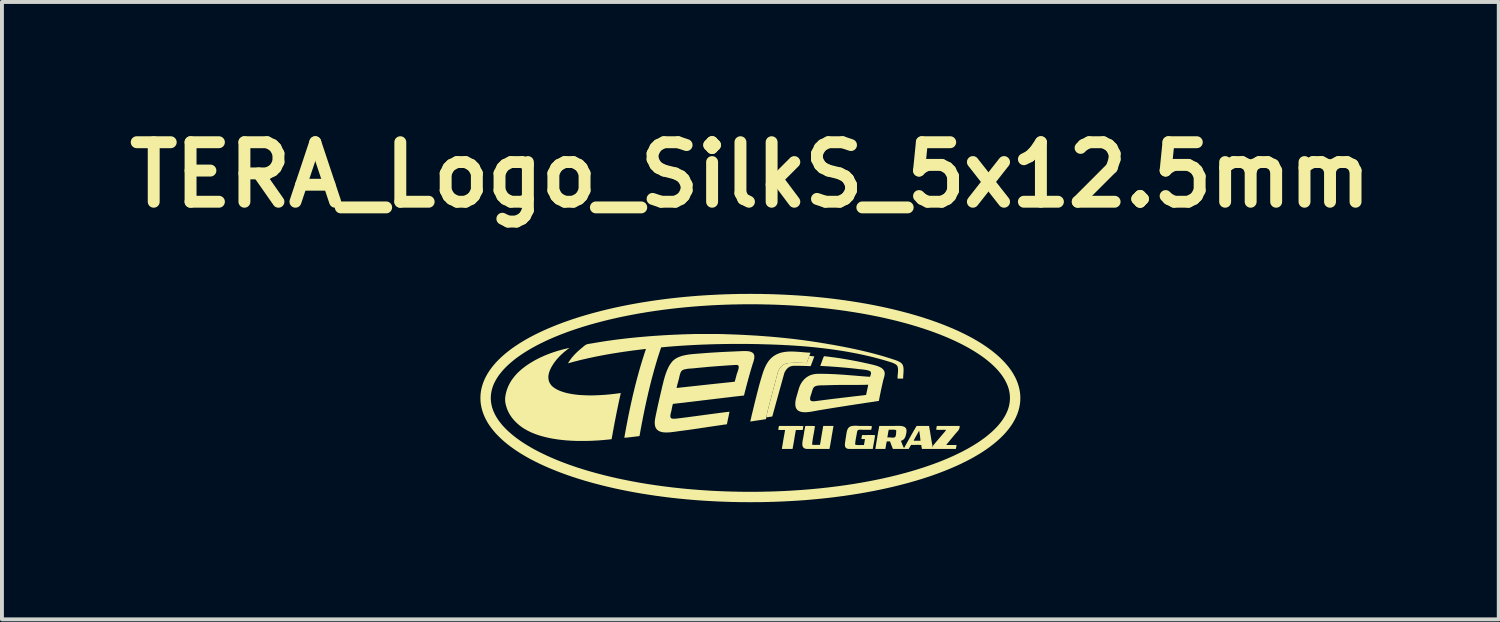
<source format=kicad_pcb>
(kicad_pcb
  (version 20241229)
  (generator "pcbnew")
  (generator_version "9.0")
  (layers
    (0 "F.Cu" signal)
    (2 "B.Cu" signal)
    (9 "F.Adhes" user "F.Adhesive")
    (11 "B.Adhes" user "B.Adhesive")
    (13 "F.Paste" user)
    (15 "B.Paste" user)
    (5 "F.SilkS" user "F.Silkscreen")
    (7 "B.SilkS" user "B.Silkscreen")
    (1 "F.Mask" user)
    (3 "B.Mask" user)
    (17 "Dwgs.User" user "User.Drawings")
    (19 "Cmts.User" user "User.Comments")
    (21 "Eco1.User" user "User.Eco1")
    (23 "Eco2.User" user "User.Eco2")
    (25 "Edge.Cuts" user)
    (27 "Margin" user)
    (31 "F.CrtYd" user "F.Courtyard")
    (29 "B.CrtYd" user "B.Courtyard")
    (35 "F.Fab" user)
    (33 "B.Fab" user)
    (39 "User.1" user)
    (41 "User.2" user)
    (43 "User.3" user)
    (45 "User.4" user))
  (footprint "TERA_Logo_SilkS_5x12.5mm"
    (layer "F.Cu")
    (at 16.162 7.141)
    (property "Reference" "TERA_Logo_SilkS_5x12.5mm" (at 0 -5.715 0) (layer "F.SilkS") (effects (font (size 1.524 1.524) (thickness 0.305))))
    (attr smd)
    (fp_poly (pts (xy 1.358 0.718) (xy 1.351 0.751) (xy 1.346 0.786) (xy 1.338 0.818) (xy 1.165 0.818) (xy 1.159 0.852) (xy 1.152 0.887) (xy 1.146 0.921) (xy 1.14 0.956) (xy 1.134 0.991) (xy 1.128 1.026) (xy 1.123 1.061) (xy 1.117 1.096) (xy 1.111 1.131) (xy 1.105 1.165) (xy 1.099 1.2) (xy 1.092 1.234) (xy 1.086 1.269) (xy 1.079 1.303) (xy 0.806 1.303) (xy 0.812 1.267) (xy 0.817 1.232) (xy 0.823 1.198) (xy 0.829 1.163) (xy 0.835 1.128) (xy 0.84 1.093) (xy 0.846 1.059) (xy 0.852 1.024) (xy 0.858 0.99) (xy 0.865 0.955) (xy 0.871 0.921) (xy 0.877 0.886) (xy 0.883 0.852) (xy 0.889 0.818) (xy 0.86 0.817) (xy 0.83 0.818) (xy 0.799 0.818) (xy 0.769 0.818) (xy 0.741 0.817) (xy 0.714 0.814) (xy 0.719 0.78) (xy 0.724 0.745) (xy 0.733 0.715) (xy 0.768 0.715) (xy 0.803 0.715) (xy 0.838 0.715) (xy 0.872 0.715) (xy 0.907 0.715) (xy 0.942 0.715) (xy 0.978 0.715) (xy 1.013 0.715) (xy 1.048 0.714) (xy 1.083 0.714) (xy 1.117 0.714) (xy 1.152 0.714) (xy 1.187 0.715) (xy 1.221 0.715) (xy 1.256 0.715) (xy 1.29 0.716) (xy 1.324 0.717) (xy 1.358 0.718) (xy 1.358 0.718)) (stroke (width 0) (type solid)) (fill yes) (layer "F.SilkS"))
    (fp_poly (pts (xy 0.432 0.373) (xy 0.458 0.266) (xy 0.676 -0.558) (xy 0.678 -0.57) (xy 0.686 -0.599) (xy 0.697 -0.639) (xy 0.701 -0.652) (xy 0.706 -0.668) (xy 0.714 -0.689) (xy 0.724 -0.711) (xy 0.737 -0.736) (xy 0.753 -0.762) (xy 0.772 -0.787) (xy 0.794 -0.812) (xy 0.82 -0.835) (xy 0.85 -0.856) (xy 0.885 -0.873) (xy 0.923 -0.886) (xy 0.967 -0.894) (xy 1.011 -0.898) (xy 1.056 -0.901) (xy 1.103 -0.903) (xy 1.149 -0.904) (xy 1.194 -0.904) (xy 1.238 -0.903) (xy 1.28 -0.902) (xy 1.318 -0.901) (xy 1.353 -0.899) (xy 1.383 -0.898) (xy 1.407 -0.896) (xy 1.426 -0.895) (xy 1.438 -0.894) (xy 1.442 -0.894) (xy 1.51 -1.081) (xy 1.637 -1.065) (xy 1.544 -0.816) (xy 1.539 -0.816) (xy 1.528 -0.817) (xy 1.509 -0.817) (xy 1.484 -0.818) (xy 1.454 -0.82) (xy 1.419 -0.821) (xy 1.381 -0.822) (xy 1.339 -0.823) (xy 1.295 -0.824) (xy 1.25 -0.825) (xy 1.204 -0.826) (xy 1.158 -0.826) (xy 1.113 -0.826) (xy 1.067 -0.821) (xy 1.027 -0.81) (xy 0.992 -0.793) (xy 0.962 -0.772) (xy 0.937 -0.748) (xy 0.916 -0.723) (xy 0.899 -0.698) (xy 0.885 -0.674) (xy 0.875 -0.654) (xy 0.869 -0.637) (xy 0.865 -0.626) (xy 0.864 -0.622) (xy 0.561 0.472) (xy 0.408 0.496) (xy 0.432 0.373) (xy 0.432 0.373)) (stroke (width 0) (type solid)) (fill yes) (layer "F.SilkS"))
    (fp_poly (pts (xy 1.866 0.715) (xy 2.128 0.715) (xy 2.122 0.749) (xy 2.116 0.784) (xy 2.11 0.818) (xy 2.104 0.853) (xy 2.098 0.888) (xy 2.092 0.923) (xy 2.086 0.957) (xy 2.08 0.992) (xy 2.075 1.027) (xy 2.069 1.062) (xy 2.063 1.097) (xy 2.057 1.131) (xy 2.051 1.166) (xy 2.045 1.2) (xy 2.038 1.234) (xy 2.032 1.269) (xy 2.025 1.303) (xy 1.447 1.303) (xy 1.416 1.299) (xy 1.39 1.291) (xy 1.369 1.279) (xy 1.354 1.263) (xy 1.342 1.245) (xy 1.335 1.224) (xy 1.331 1.2) (xy 1.329 1.175) (xy 1.331 1.147) (xy 1.334 1.119) (xy 1.338 1.09) (xy 1.344 1.06) (xy 1.35 1.03) (xy 1.356 1) (xy 1.361 0.971) (xy 1.367 0.934) (xy 1.373 0.899) (xy 1.378 0.864) (xy 1.384 0.831) (xy 1.389 0.799) (xy 1.395 0.769) (xy 1.401 0.741) (xy 1.407 0.715) (xy 1.443 0.715) (xy 1.478 0.715) (xy 1.514 0.715) (xy 1.55 0.714) (xy 1.586 0.715) (xy 1.62 0.716) (xy 1.653 0.718) (xy 1.648 0.752) (xy 1.643 0.787) (xy 1.638 0.821) (xy 1.632 0.855) (xy 1.626 0.889) (xy 1.62 0.923) (xy 1.613 0.956) (xy 1.607 0.99) (xy 1.602 1.024) (xy 1.596 1.058) (xy 1.591 1.092) (xy 1.587 1.125) (xy 1.583 1.159) (xy 1.58 1.193) (xy 1.61 1.198) (xy 1.642 1.2) (xy 1.677 1.2) (xy 1.713 1.199) (xy 1.749 1.199) (xy 1.783 1.2) (xy 1.788 1.165) (xy 1.794 1.13) (xy 1.8 1.095) (xy 1.806 1.06) (xy 1.811 1.026) (xy 1.817 0.991) (xy 1.823 0.956) (xy 1.829 0.922) (xy 1.835 0.887) (xy 1.841 0.852) (xy 1.847 0.818) (xy 1.853 0.784) (xy 1.859 0.749) (xy 1.866 0.715) (xy 1.866 0.715)) (stroke (width 0) (type solid)) (fill yes) (layer "F.SilkS"))
    (fp_poly (pts (xy 3.194 0.951) (xy 3.189 0.983) (xy 3.183 1.015) (xy 3.178 1.047) (xy 3.173 1.079) (xy 3.167 1.111) (xy 3.162 1.143) (xy 3.156 1.175) (xy 3.15 1.207) (xy 3.145 1.239) (xy 3.139 1.271) (xy 3.134 1.303) (xy 2.52 1.303) (xy 2.484 1.297) (xy 2.458 1.285) (xy 2.439 1.269) (xy 2.427 1.247) (xy 2.421 1.221) (xy 2.419 1.192) (xy 2.422 1.159) (xy 2.427 1.123) (xy 2.431 1.095) (xy 2.435 1.067) (xy 2.439 1.04) (xy 2.443 1.014) (xy 2.449 0.979) (xy 2.454 0.944) (xy 2.459 0.911) (xy 2.465 0.878) (xy 2.472 0.847) (xy 2.481 0.818) (xy 2.493 0.791) (xy 2.508 0.768) (xy 2.526 0.748) (xy 2.549 0.733) (xy 2.576 0.721) (xy 2.607 0.715) (xy 2.639 0.711) (xy 2.672 0.709) (xy 2.706 0.709) (xy 2.74 0.711) (xy 2.775 0.713) (xy 2.809 0.714) (xy 2.842 0.715) (xy 2.875 0.715) (xy 2.907 0.714) (xy 2.94 0.714) (xy 2.973 0.714) (xy 3.007 0.714) (xy 3.041 0.715) (xy 3.075 0.716) (xy 3.111 0.718) (xy 3.106 0.752) (xy 3.101 0.786) (xy 3.091 0.814) (xy 2.921 0.814) (xy 2.887 0.813) (xy 2.85 0.811) (xy 2.814 0.81) (xy 2.781 0.812) (xy 2.755 0.821) (xy 2.74 0.84) (xy 2.731 0.869) (xy 2.726 0.901) (xy 2.72 0.934) (xy 2.714 0.967) (xy 2.708 1) (xy 2.702 1.032) (xy 2.696 1.065) (xy 2.691 1.096) (xy 2.687 1.128) (xy 2.684 1.159) (xy 2.682 1.19) (xy 2.707 1.199) (xy 2.737 1.203) (xy 2.77 1.204) (xy 2.805 1.204) (xy 2.841 1.202) (xy 2.875 1.202) (xy 2.908 1.203) (xy 2.913 1.172) (xy 2.919 1.142) (xy 2.924 1.111) (xy 2.929 1.081) (xy 2.935 1.05) (xy 2.903 1.05) (xy 2.87 1.051) (xy 2.842 1.047) (xy 2.848 1.013) (xy 2.853 0.979) (xy 2.862 0.947) (xy 2.895 0.948) (xy 2.928 0.948) (xy 2.962 0.948) (xy 2.996 0.947) (xy 3.03 0.947) (xy 3.063 0.947) (xy 3.097 0.947) (xy 3.13 0.947) (xy 3.162 0.949) (xy 3.194 0.951) (xy 3.194 0.951)) (stroke (width 0) (type solid)) (fill yes) (layer "F.SilkS"))
    (fp_poly (pts (xy 0.398 0.541) (xy -0.004 0.602) (xy -0.003 0.6) (xy -0.002 0.593) (xy 0.001 0.583) (xy 0.004 0.569) (xy 0.008 0.552) (xy 0.013 0.531) (xy 0.019 0.507) (xy 0.025 0.481) (xy 0.032 0.451) (xy 0.039 0.419) (xy 0.048 0.385) (xy 0.056 0.349) (xy 0.066 0.311) (xy 0.075 0.271) (xy 0.085 0.23) (xy 0.095 0.187) (xy 0.106 0.144) (xy 0.117 0.099) (xy 0.128 0.055) (xy 0.139 0.009) (xy 0.151 -0.036) (xy 0.162 -0.082) (xy 0.174 -0.127) (xy 0.185 -0.172) (xy 0.197 -0.216) (xy 0.208 -0.259) (xy 0.219 -0.302) (xy 0.23 -0.343) (xy 0.241 -0.382) (xy 0.252 -0.42) (xy 0.262 -0.456) (xy 0.272 -0.49) (xy 0.283 -0.527) (xy 0.294 -0.562) (xy 0.305 -0.598) (xy 0.316 -0.632) (xy 0.327 -0.666) (xy 0.339 -0.7) (xy 0.352 -0.733) (xy 0.365 -0.765) (xy 0.379 -0.796) (xy 0.394 -0.827) (xy 0.409 -0.856) (xy 0.426 -0.885) (xy 0.443 -0.913) (xy 0.461 -0.94) (xy 0.481 -0.965) (xy 0.502 -0.989) (xy 0.523 -1.012) (xy 0.546 -1.034) (xy 0.57 -1.054) (xy 0.595 -1.073) (xy 0.621 -1.09) (xy 0.649 -1.106) (xy 0.677 -1.121) (xy 0.707 -1.134) (xy 0.738 -1.146) (xy 0.77 -1.157) (xy 0.804 -1.166) (xy 0.839 -1.173) (xy 0.876 -1.18) (xy 0.913 -1.184) (xy 0.953 -1.188) (xy 0.989 -1.19) (xy 1.024 -1.19) (xy 1.06 -1.191) (xy 1.095 -1.19) (xy 1.129 -1.189) (xy 1.164 -1.187) (xy 1.198 -1.185) (xy 1.232 -1.183) (xy 1.266 -1.18) (xy 1.3 -1.178) (xy 1.333 -1.175) (xy 1.367 -1.172) (xy 1.401 -1.169) (xy 1.435 -1.167) (xy 1.469 -1.164) (xy 1.503 -1.162) (xy 1.537 -1.161) (xy 1.529 -1.134) (xy 1.519 -1.108) (xy 1.51 -1.081) (xy 1.442 -0.894) (xy 1.438 -0.894) (xy 1.426 -0.895) (xy 1.407 -0.896) (xy 1.383 -0.898) (xy 1.353 -0.899) (xy 1.318 -0.901) (xy 1.28 -0.902) (xy 1.238 -0.903) (xy 1.194 -0.904) (xy 1.149 -0.904) (xy 1.103 -0.903) (xy 1.056 -0.901) (xy 1.011 -0.898) (xy 0.967 -0.894) (xy 0.923 -0.886) (xy 0.885 -0.873) (xy 0.85 -0.856) (xy 0.82 -0.835) (xy 0.794 -0.812) (xy 0.772 -0.787) (xy 0.753 -0.762) (xy 0.737 -0.736) (xy 0.724 -0.711) (xy 0.714 -0.689) (xy 0.706 -0.668) (xy 0.701 -0.652) (xy 0.697 -0.639) (xy 0.686 -0.599) (xy 0.678 -0.57) (xy 0.676 -0.558) (xy 0.458 0.266) (xy 0.432 0.373) (xy 0.408 0.496) (xy 0.402 0.524) (xy 0.398 0.541)) (stroke (width 0) (type solid)) (fill yes) (layer "F.SilkS"))
    (fp_poly (pts (xy 5.359 0.715) (xy 5.359 0.735) (xy 5.353 0.771) (xy 5.342 0.801) (xy 5.326 0.828) (xy 5.306 0.852) (xy 5.284 0.876) (xy 5.262 0.901) (xy 5.241 0.926) (xy 5.22 0.951) (xy 5.199 0.976) (xy 5.178 1.002) (xy 5.157 1.027) (xy 5.136 1.052) (xy 5.115 1.078) (xy 5.094 1.103) (xy 5.074 1.128) (xy 5.053 1.153) (xy 5.033 1.178) (xy 5.013 1.203) (xy 5.279 1.203) (xy 5.274 1.236) (xy 5.268 1.269) (xy 5.262 1.303) (xy 4.392 1.303) (xy 4.352 1.06) (xy 4.349 1.027) (xy 4.345 0.993) (xy 4.341 0.96) (xy 4.337 0.928) (xy 4.332 0.896) (xy 4.326 0.864) (xy 4.319 0.834) (xy 4.304 0.864) (xy 4.288 0.892) (xy 4.273 0.921) (xy 4.257 0.949) (xy 4.241 0.977) (xy 4.225 1.005) (xy 4.209 1.034) (xy 4.194 1.063) (xy 4.18 1.093) (xy 4.356 1.093) (xy 4.352 1.06) (xy 4.392 1.303) (xy 4.386 1.271) (xy 4.38 1.238) (xy 4.376 1.203) (xy 4.345 1.201) (xy 4.314 1.199) (xy 4.281 1.199) (xy 4.248 1.199) (xy 4.215 1.2) (xy 4.182 1.2) (xy 4.149 1.2) (xy 4.117 1.2) (xy 4.1 1.224) (xy 4.084 1.25) (xy 4.069 1.276) (xy 4.054 1.303) (xy 3.649 1.303) (xy 3.702 1) (xy 3.717 0.981) (xy 3.726 0.952) (xy 3.73 0.919) (xy 3.732 0.884) (xy 3.733 0.852) (xy 3.735 0.824) (xy 3.71 0.815) (xy 3.68 0.811) (xy 3.646 0.81) (xy 3.611 0.811) (xy 3.576 0.812) (xy 3.542 0.811) (xy 3.535 0.843) (xy 3.529 0.876) (xy 3.523 0.91) (xy 3.518 0.944) (xy 3.512 0.978) (xy 3.506 1.01) (xy 3.536 1.007) (xy 3.568 1.008) (xy 3.599 1.011) (xy 3.629 1.014) (xy 3.656 1.014) (xy 3.681 1.011) (xy 3.702 1) (xy 3.702 1) (xy 3.649 1.303) (xy 3.636 1.271) (xy 3.624 1.239) (xy 3.611 1.207) (xy 3.599 1.175) (xy 3.587 1.143) (xy 3.576 1.11) (xy 3.493 1.11) (xy 3.485 1.14) (xy 3.478 1.172) (xy 3.473 1.205) (xy 3.468 1.238) (xy 3.462 1.271) (xy 3.456 1.303) (xy 3.2 1.303) (xy 3.206 1.268) (xy 3.211 1.233) (xy 3.217 1.198) (xy 3.222 1.163) (xy 3.228 1.128) (xy 3.234 1.093) (xy 3.24 1.059) (xy 3.246 1.024) (xy 3.251 0.99) (xy 3.257 0.955) (xy 3.263 0.921) (xy 3.269 0.886) (xy 3.275 0.852) (xy 3.282 0.818) (xy 3.288 0.783) (xy 3.294 0.749) (xy 3.3 0.715) (xy 3.622 0.715) (xy 3.655 0.714) (xy 3.689 0.714) (xy 3.723 0.713) (xy 3.757 0.712) (xy 3.791 0.712) (xy 3.823 0.713) (xy 3.854 0.715) (xy 3.884 0.719) (xy 3.91 0.726) (xy 3.934 0.734) (xy 3.955 0.746) (xy 3.972 0.761) (xy 3.985 0.779) (xy 3.994 0.801) (xy 3.997 0.825) (xy 3.997 0.854) (xy 3.994 0.886) (xy 3.988 0.919) (xy 3.98 0.952) (xy 3.971 0.982) (xy 3.961 1.007) (xy 3.946 1.033) (xy 3.928 1.055) (xy 3.907 1.072) (xy 3.883 1.085) (xy 3.854 1.097) (xy 3.867 1.128) (xy 3.88 1.16) (xy 3.892 1.192) (xy 3.905 1.223) (xy 3.919 1.254) (xy 3.934 1.283) (xy 3.951 1.252) (xy 3.967 1.222) (xy 3.984 1.192) (xy 4.001 1.162) (xy 4.017 1.132) (xy 4.034 1.101) (xy 4.051 1.071) (xy 4.067 1.041) (xy 4.084 1.011) (xy 4.101 0.981) (xy 4.118 0.951) (xy 4.135 0.921) (xy 4.152 0.892) (xy 4.169 0.862) (xy 4.186 0.832) (xy 4.204 0.803) (xy 4.221 0.773) (xy 4.238 0.744) (xy 4.256 0.715) (xy 4.575 0.715) (xy 4.581 0.749) (xy 4.587 0.784) (xy 4.593 0.819) (xy 4.599 0.854) (xy 4.605 0.889) (xy 4.61 0.924) (xy 4.616 0.959) (xy 4.622 0.993) (xy 4.627 1.028) (xy 4.633 1.063) (xy 4.639 1.098) (xy 4.645 1.133) (xy 4.651 1.167) (xy 4.658 1.201) (xy 4.664 1.236) (xy 4.671 1.269) (xy 4.675 1.243) (xy 4.678 1.216) (xy 4.699 1.192) (xy 4.72 1.167) (xy 4.741 1.141) (xy 4.762 1.116) (xy 4.784 1.091) (xy 4.806 1.065) (xy 4.827 1.04) (xy 4.849 1.014) (xy 4.871 0.989) (xy 4.892 0.963) (xy 4.914 0.938) (xy 4.935 0.913) (xy 4.956 0.889) (xy 4.977 0.864) (xy 4.998 0.838) (xy 5.007 0.814) (xy 4.975 0.814) (xy 4.944 0.814) (xy 4.912 0.814) (xy 4.88 0.815) (xy 4.848 0.815) (xy 4.817 0.815) (xy 4.787 0.813) (xy 4.758 0.811) (xy 4.762 0.778) (xy 4.767 0.745) (xy 4.774 0.715) (xy 5.358 0.715) (xy 5.359 0.715)) (stroke (width 0) (type solid)) (fill yes) (layer "F.SilkS"))
    (fp_poly (pts (xy -3.317 -0.128) (xy -3.325 -0.096) (xy -3.332 -0.063) (xy -3.34 -0.03) (xy -3.347 0.004) (xy -3.355 0.037) (xy -3.362 0.07) (xy -3.369 0.103) (xy -3.376 0.137) (xy -3.383 0.17) (xy -3.39 0.204) (xy -3.397 0.237) (xy -3.404 0.271) (xy -3.411 0.304) (xy -3.418 0.338) (xy -3.425 0.372) (xy -3.431 0.405) (xy -3.438 0.439) (xy -3.445 0.473) (xy -3.451 0.507) (xy -3.458 0.541) (xy -3.465 0.575) (xy -3.471 0.609) (xy -3.478 0.643) (xy -3.484 0.677) (xy -3.49 0.711) (xy -3.497 0.745) (xy -3.503 0.779) (xy -3.509 0.814) (xy -3.516 0.848) (xy -3.522 0.882) (xy -3.528 0.916) (xy -3.534 0.951) (xy -3.541 0.985) (xy -3.547 1.019) (xy -3.553 1.053) (xy -3.59 1.058) (xy -3.627 1.062) (xy -3.664 1.066) (xy -3.701 1.069) (xy -3.738 1.073) (xy -3.775 1.076) (xy -3.812 1.079) (xy -3.85 1.082) (xy -3.887 1.085) (xy -3.924 1.087) (xy -3.962 1.089) (xy -3.999 1.091) (xy -4.037 1.093) (xy -4.074 1.095) (xy -4.111 1.096) (xy -4.149 1.097) (xy -4.186 1.098) (xy -4.223 1.099) (xy -4.261 1.099) (xy -4.298 1.099) (xy -4.335 1.099) (xy -4.372 1.099) (xy -4.409 1.098) (xy -4.446 1.098) (xy -4.482 1.097) (xy -4.519 1.095) (xy -4.555 1.094) (xy -4.592 1.092) (xy -4.628 1.09) (xy -4.664 1.087) (xy -4.7 1.085) (xy -4.736 1.082) (xy -4.771 1.078) (xy -4.806 1.075) (xy -4.841 1.071) (xy -4.876 1.067) (xy -4.911 1.063) (xy -4.946 1.058) (xy -4.98 1.053) (xy -5.014 1.047) (xy -5.048 1.042) (xy -5.081 1.036) (xy -5.114 1.03) (xy -5.147 1.023) (xy -5.18 1.016) (xy -5.212 1.009) (xy -5.244 1.001) (xy -5.276 0.993) (xy -5.307 0.985) (xy -5.338 0.977) (xy -5.369 0.968) (xy -5.399 0.959) (xy -5.429 0.949) (xy -5.459 0.939) (xy -5.488 0.929) (xy -5.517 0.918) (xy -5.545 0.907) (xy -5.573 0.896) (xy -5.601 0.884) (xy -5.628 0.872) (xy -5.654 0.859) (xy -5.681 0.846) (xy -5.706 0.833) (xy -5.732 0.819) (xy -5.756 0.805) (xy -5.781 0.791) (xy -5.805 0.776) (xy -5.828 0.761) (xy -5.851 0.745) (xy -5.873 0.729) (xy -5.895 0.712) (xy -5.916 0.696) (xy -5.937 0.678) (xy -5.961 0.657) (xy -5.984 0.636) (xy -6.007 0.613) (xy -6.03 0.59) (xy -6.052 0.566) (xy -6.073 0.542) (xy -6.094 0.517) (xy -6.113 0.491) (xy -6.132 0.464) (xy -6.151 0.436) (xy -6.168 0.408) (xy -6.184 0.379) (xy -6.199 0.348) (xy -6.213 0.317) (xy -6.227 0.286) (xy -6.238 0.253) (xy -6.249 0.219) (xy -6.259 0.184) (xy -6.267 0.149) (xy -6.274 0.112) (xy -6.279 0.074) (xy -6.279 0.004) (xy -6.275 -0.033) (xy -6.269 -0.07) (xy -6.262 -0.105) (xy -6.254 -0.141) (xy -6.245 -0.175) (xy -6.234 -0.209) (xy -6.223 -0.241) (xy -6.21 -0.274) (xy -6.197 -0.305) (xy -6.182 -0.336) (xy -6.167 -0.366) (xy -6.151 -0.395) (xy -6.134 -0.424) (xy -6.116 -0.452) (xy -6.097 -0.48) (xy -6.077 -0.506) (xy -6.057 -0.532) (xy -6.037 -0.558) (xy -6.015 -0.583) (xy -5.994 -0.607) (xy -5.971 -0.631) (xy -5.948 -0.654) (xy -5.925 -0.676) (xy -5.901 -0.698) (xy -5.877 -0.719) (xy -5.853 -0.74) (xy -5.829 -0.76) (xy -5.804 -0.779) (xy -5.779 -0.798) (xy -5.754 -0.817) (xy -5.729 -0.835) (xy -5.703 -0.852) (xy -5.678 -0.869) (xy -5.651 -0.887) (xy -5.623 -0.904) (xy -5.595 -0.921) (xy -5.567 -0.937) (xy -5.539 -0.954) (xy -5.51 -0.97) (xy -5.48 -0.986) (xy -5.451 -1.001) (xy -5.421 -1.016) (xy -5.391 -1.031) (xy -5.361 -1.045) (xy -5.33 -1.059) (xy -5.299 -1.073) (xy -5.268 -1.087) (xy -5.236 -1.1) (xy -5.204 -1.113) (xy -5.172 -1.125) (xy -5.14 -1.138) (xy -5.108 -1.15) (xy -5.075 -1.161) (xy -5.042 -1.173) (xy -5.009 -1.184) (xy -4.976 -1.194) (xy -4.942 -1.205) (xy -4.908 -1.215) (xy -4.874 -1.224) (xy -4.84 -1.234) (xy -4.806 -1.243) (xy -4.771 -1.252) (xy -4.737 -1.26) (xy -4.702 -1.268) (xy -4.667 -1.276) (xy -4.632 -1.284) (xy -4.659 -1.264) (xy -4.687 -1.243) (xy -4.713 -1.222) (xy -4.74 -1.201) (xy -4.766 -1.179) (xy -4.792 -1.157) (xy -4.817 -1.134) (xy -4.842 -1.111) (xy -4.867 -1.087) (xy -4.891 -1.063) (xy -4.914 -1.038) (xy -4.937 -1.012) (xy -4.96 -0.986) (xy -4.982 -0.959) (xy -5.003 -0.932) (xy -5.023 -0.904) (xy -5.043 -0.875) (xy -5.062 -0.846) (xy -5.08 -0.816) (xy -5.094 -0.791) (xy -5.108 -0.765) (xy -5.121 -0.737) (xy -5.134 -0.708) (xy -5.145 -0.678) (xy -5.155 -0.647) (xy -5.163 -0.615) (xy -5.168 -0.583) (xy -5.172 -0.551) (xy -5.172 -0.518) (xy -5.169 -0.486) (xy -5.163 -0.454) (xy -5.153 -0.421) (xy -5.14 -0.39) (xy -5.123 -0.362) (xy -5.104 -0.335) (xy -5.082 -0.311) (xy -5.058 -0.288) (xy -5.031 -0.268) (xy -5.004 -0.249) (xy -4.974 -0.231) (xy -4.944 -0.215) (xy -4.919 -0.203) (xy -4.893 -0.191) (xy -4.866 -0.18) (xy -4.839 -0.17) (xy -4.81 -0.16) (xy -4.781 -0.151) (xy -4.752 -0.142) (xy -4.722 -0.134) (xy -4.691 -0.126) (xy -4.659 -0.119) (xy -4.627 -0.113) (xy -4.595 -0.107) (xy -4.562 -0.101) (xy -4.528 -0.096) (xy -4.495 -0.091) (xy -4.46 -0.087) (xy -4.426 -0.083) (xy -4.391 -0.08) (xy -4.355 -0.077) (xy -4.32 -0.075) (xy -4.284 -0.073) (xy -4.248 -0.071) (xy -4.211 -0.07) (xy -4.175 -0.069) (xy -4.138 -0.068) (xy -4.101 -0.068) (xy -4.065 -0.068) (xy -4.028 -0.068) (xy -3.991 -0.069) (xy -3.954 -0.07) (xy -3.917 -0.072) (xy -3.88 -0.073) (xy -3.843 -0.075) (xy -3.806 -0.077) (xy -3.769 -0.08) (xy -3.733 -0.082) (xy -3.696 -0.085) (xy -3.66 -0.088) (xy -3.625 -0.091) (xy -3.589 -0.095) (xy -3.554 -0.099) (xy -3.519 -0.102) (xy -3.484 -0.106) (xy -3.45 -0.111) (xy -3.416 -0.115) (xy -3.383 -0.119) (xy -3.35 -0.124) (xy -3.317 -0.128)) (stroke (width 0) (type solid)) (fill yes) (layer "F.SilkS"))
    (fp_poly (pts (xy 3.439 -0.64) (xy 2.961 -0.079) (xy 2.969 -0.111) (xy 2.976 -0.144) (xy 2.983 -0.176) (xy 2.99 -0.209) (xy 2.998 -0.242) (xy 3.005 -0.275) (xy 3.011 -0.308) (xy 3.018 -0.341) (xy 2.985 -0.34) (xy 2.952 -0.339) (xy 2.918 -0.338) (xy 2.884 -0.338) (xy 2.85 -0.337) (xy 2.816 -0.337) (xy 2.781 -0.336) (xy 2.747 -0.336) (xy 2.712 -0.336) (xy 2.677 -0.336) (xy 2.641 -0.336) (xy 2.606 -0.336) (xy 2.57 -0.336) (xy 2.535 -0.336) (xy 2.499 -0.336) (xy 2.463 -0.336) (xy 2.427 -0.336) (xy 2.392 -0.335) (xy 2.356 -0.335) (xy 2.32 -0.335) (xy 2.284 -0.335) (xy 2.249 -0.335) (xy 2.213 -0.334) (xy 2.178 -0.334) (xy 2.142 -0.333) (xy 2.107 -0.332) (xy 2.072 -0.331) (xy 2.038 -0.33) (xy 2.003 -0.329) (xy 1.969 -0.328) (xy 1.933 -0.327) (xy 1.896 -0.326) (xy 1.86 -0.326) (xy 1.825 -0.326) (xy 1.79 -0.324) (xy 1.757 -0.322) (xy 1.725 -0.319) (xy 1.696 -0.313) (xy 1.67 -0.305) (xy 1.647 -0.294) (xy 1.627 -0.278) (xy 1.611 -0.255) (xy 1.598 -0.227) (xy 1.586 -0.195) (xy 1.576 -0.162) (xy 1.567 -0.128) (xy 1.559 -0.105) (xy 1.549 -0.077) (xy 1.54 -0.048) (xy 1.532 -0.017) (xy 1.528 0.012) (xy 1.53 0.038) (xy 1.54 0.061) (xy 1.558 0.074) (xy 1.583 0.081) (xy 1.614 0.083) (xy 1.647 0.081) (xy 1.678 0.078) (xy 1.706 0.074) (xy 1.742 0.069) (xy 1.777 0.065) (xy 1.812 0.06) (xy 1.847 0.056) (xy 1.882 0.051) (xy 1.917 0.047) (xy 1.952 0.042) (xy 1.987 0.038) (xy 2.022 0.033) (xy 2.057 0.029) (xy 2.092 0.025) (xy 2.127 0.02) (xy 2.162 0.016) (xy 2.197 0.012) (xy 2.232 0.008) (xy 2.267 0.004) (xy 2.302 -0.001) (xy 2.336 -0.005) (xy 2.371 -0.009) (xy 2.406 -0.013) (xy 2.441 -0.017) (xy 2.476 -0.021) (xy 2.51 -0.025) (xy 2.545 -0.03) (xy 2.58 -0.034) (xy 2.614 -0.038) (xy 2.649 -0.042) (xy 2.684 -0.046) (xy 2.719 -0.05) (xy 2.753 -0.054) (xy 2.788 -0.058) (xy 2.823 -0.062) (xy 2.857 -0.066) (xy 2.892 -0.07) (xy 2.927 -0.075) (xy 2.961 -0.079) (xy 2.961 -0.079) (xy 3.439 -0.64) (xy 3.439 -0.61) (xy 3.435 -0.58) (xy 3.428 -0.549) (xy 3.42 -0.519) (xy 3.411 -0.49) (xy 3.403 -0.46) (xy 3.395 -0.428) (xy 3.388 -0.395) (xy 3.38 -0.362) (xy 3.373 -0.329) (xy 3.365 -0.295) (xy 3.358 -0.262) (xy 3.35 -0.228) (xy 3.343 -0.194) (xy 3.336 -0.16) (xy 3.329 -0.126) (xy 3.322 -0.092) (xy 3.315 -0.059) (xy 3.309 -0.025) (xy 3.302 0.008) (xy 3.296 0.041) (xy 3.29 0.074) (xy 3.256 0.079) (xy 3.221 0.084) (xy 3.187 0.089) (xy 3.153 0.095) (xy 3.119 0.1) (xy 3.085 0.105) (xy 3.051 0.11) (xy 3.017 0.115) (xy 2.983 0.12) (xy 2.949 0.125) (xy 2.915 0.13) (xy 2.881 0.136) (xy 2.847 0.141) (xy 2.813 0.146) (xy 2.779 0.151) (xy 2.745 0.156) (xy 2.711 0.161) (xy 2.677 0.166) (xy 2.643 0.172) (xy 2.609 0.177) (xy 2.575 0.182) (xy 2.542 0.187) (xy 2.508 0.192) (xy 2.474 0.198) (xy 2.44 0.203) (xy 2.406 0.208) (xy 2.372 0.214) (xy 2.338 0.219) (xy 2.304 0.224) (xy 2.27 0.23) (xy 2.236 0.235) (xy 2.202 0.24) (xy 2.168 0.246) (xy 2.134 0.251) (xy 2.1 0.257) (xy 2.066 0.262) (xy 2.031 0.268) (xy 1.997 0.273) (xy 1.963 0.279) (xy 1.928 0.285) (xy 1.894 0.29) (xy 1.86 0.296) (xy 1.825 0.302) (xy 1.791 0.307) (xy 1.756 0.313) (xy 1.73 0.318) (xy 1.703 0.323) (xy 1.674 0.328) (xy 1.645 0.334) (xy 1.615 0.339) (xy 1.585 0.344) (xy 1.554 0.35) (xy 1.523 0.354) (xy 1.492 0.358) (xy 1.461 0.361) (xy 1.431 0.363) (xy 1.401 0.364) (xy 1.372 0.363) (xy 1.344 0.361) (xy 1.317 0.357) (xy 1.291 0.352) (xy 1.267 0.344) (xy 1.245 0.334) (xy 1.224 0.322) (xy 1.206 0.307) (xy 1.19 0.29) (xy 1.176 0.27) (xy 1.165 0.246) (xy 1.157 0.22) (xy 1.152 0.19) (xy 1.15 0.156) (xy 1.151 0.122) (xy 1.154 0.087) (xy 1.159 0.054) (xy 1.167 0.02) (xy 1.175 -0.013) (xy 1.184 -0.045) (xy 1.193 -0.076) (xy 1.202 -0.105) (xy 1.212 -0.14) (xy 1.221 -0.174) (xy 1.231 -0.207) (xy 1.241 -0.24) (xy 1.251 -0.271) (xy 1.263 -0.302) (xy 1.276 -0.332) (xy 1.291 -0.361) (xy 1.308 -0.389) (xy 1.326 -0.416) (xy 1.345 -0.441) (xy 1.366 -0.466) (xy 1.388 -0.488) (xy 1.411 -0.509) (xy 1.436 -0.529) (xy 1.463 -0.547) (xy 1.49 -0.563) (xy 1.519 -0.577) (xy 1.55 -0.59) (xy 1.582 -0.6) (xy 1.615 -0.608) (xy 1.649 -0.614) (xy 1.685 -0.618) (xy 1.723 -0.62) (xy 1.76 -0.62) (xy 1.797 -0.62) (xy 1.834 -0.62) (xy 1.87 -0.62) (xy 1.907 -0.619) (xy 1.943 -0.618) (xy 1.979 -0.618) (xy 2.014 -0.616) (xy 2.05 -0.615) (xy 2.085 -0.614) (xy 2.121 -0.612) (xy 2.156 -0.611) (xy 2.19 -0.609) (xy 2.225 -0.607) (xy 2.26 -0.605) (xy 2.294 -0.603) (xy 2.329 -0.6) (xy 2.363 -0.598) (xy 2.397 -0.596) (xy 2.431 -0.593) (xy 2.465 -0.59) (xy 2.498 -0.588) (xy 2.532 -0.585) (xy 2.566 -0.582) (xy 2.599 -0.58) (xy 2.633 -0.577) (xy 2.666 -0.574) (xy 2.699 -0.572) (xy 2.733 -0.569) (xy 2.766 -0.566) (xy 2.799 -0.563) (xy 2.832 -0.561) (xy 2.865 -0.558) (xy 2.899 -0.555) (xy 2.932 -0.553) (xy 2.965 -0.55) (xy 2.998 -0.548) (xy 3.031 -0.546) (xy 3.064 -0.544) (xy 3.073 -0.571) (xy 3.083 -0.603) (xy 3.089 -0.635) (xy 3.084 -0.666) (xy 3.073 -0.681) (xy 3.053 -0.694) (xy 3.026 -0.704) (xy 2.993 -0.713) (xy 2.957 -0.72) (xy 2.92 -0.725) (xy 2.883 -0.73) (xy 2.848 -0.734) (xy 2.817 -0.737) (xy 2.792 -0.739) (xy 2.758 -0.743) (xy 2.725 -0.747) (xy 2.691 -0.751) (xy 2.657 -0.755) (xy 2.622 -0.759) (xy 2.588 -0.762) (xy 2.554 -0.766) (xy 2.519 -0.769) (xy 2.484 -0.773) (xy 2.449 -0.776) (xy 2.414 -0.779) (xy 2.379 -0.782) (xy 2.344 -0.785) (xy 2.309 -0.788) (xy 2.274 -0.791) (xy 2.239 -0.794) (xy 2.204 -0.796) (xy 2.169 -0.799) (xy 2.134 -0.801) (xy 2.099 -0.804) (xy 2.064 -0.806) (xy 2.029 -0.809) (xy 1.995 -0.811) (xy 1.96 -0.813) (xy 1.926 -0.815) (xy 1.891 -0.817) (xy 1.857 -0.819) (xy 1.823 -0.821) (xy 1.789 -0.822) (xy 1.801 -0.854) (xy 1.813 -0.887) (xy 1.825 -0.92) (xy 1.837 -0.954) (xy 1.849 -0.987) (xy 1.861 -1.018) (xy 1.873 -1.047) (xy 1.886 -1.072) (xy 1.921 -1.068) (xy 1.956 -1.064) (xy 1.991 -1.06) (xy 2.026 -1.055) (xy 2.061 -1.051) (xy 2.096 -1.046) (xy 2.131 -1.042) (xy 2.166 -1.037) (xy 2.201 -1.032) (xy 2.236 -1.027) (xy 2.271 -1.022) (xy 2.306 -1.016) (xy 2.341 -1.011) (xy 2.376 -1.005) (xy 2.411 -0.999) (xy 2.446 -0.993) (xy 2.48 -0.987) (xy 2.515 -0.981) (xy 2.55 -0.975) (xy 2.584 -0.969) (xy 2.618 -0.962) (xy 2.653 -0.956) (xy 2.687 -0.949) (xy 2.721 -0.943) (xy 2.755 -0.936) (xy 2.789 -0.929) (xy 2.823 -0.922) (xy 2.856 -0.915) (xy 2.89 -0.908) (xy 2.923 -0.9) (xy 2.957 -0.893) (xy 2.99 -0.886) (xy 3.023 -0.878) (xy 3.056 -0.871) (xy 3.088 -0.863) (xy 3.121 -0.856) (xy 3.151 -0.848) (xy 3.183 -0.84) (xy 3.215 -0.831) (xy 3.248 -0.821) (xy 3.279 -0.809) (xy 3.309 -0.796) (xy 3.338 -0.781) (xy 3.364 -0.764) (xy 3.387 -0.745) (xy 3.407 -0.723) (xy 3.423 -0.698) (xy 3.434 -0.67) (xy 3.439 -0.64)) (stroke (width 0) (type solid)) (fill yes) (layer "F.SilkS"))
    (fp_poly (pts (xy 0.093 -1.111) (xy -0.346 -0.62) (xy -0.338 -0.641) (xy -0.328 -0.67) (xy -0.316 -0.704) (xy -0.306 -0.74) (xy -0.299 -0.775) (xy -0.298 -0.805) (xy -0.306 -0.829) (xy -0.321 -0.841) (xy -0.343 -0.847) (xy -0.371 -0.847) (xy -0.402 -0.846) (xy -0.435 -0.844) (xy -0.469 -0.842) (xy -0.502 -0.84) (xy -0.536 -0.838) (xy -0.57 -0.835) (xy -0.604 -0.833) (xy -0.639 -0.831) (xy -0.673 -0.828) (xy -0.708 -0.826) (xy -0.743 -0.823) (xy -0.777 -0.821) (xy -0.812 -0.818) (xy -0.847 -0.816) (xy -0.882 -0.813) (xy -0.917 -0.81) (xy -0.953 -0.807) (xy -0.988 -0.805) (xy -1.023 -0.802) (xy -1.058 -0.799) (xy -1.093 -0.796) (xy -1.128 -0.793) (xy -1.163 -0.789) (xy -1.198 -0.786) (xy -1.232 -0.783) (xy -1.267 -0.78) (xy -1.301 -0.776) (xy -1.336 -0.773) (xy -1.37 -0.77) (xy -1.404 -0.766) (xy -1.438 -0.763) (xy -1.469 -0.76) (xy -1.503 -0.757) (xy -1.539 -0.755) (xy -1.576 -0.752) (xy -1.612 -0.748) (xy -1.647 -0.742) (xy -1.68 -0.736) (xy -1.709 -0.727) (xy -1.734 -0.716) (xy -1.753 -0.703) (xy -1.772 -0.681) (xy -1.787 -0.653) (xy -1.798 -0.621) (xy -1.808 -0.587) (xy -1.816 -0.553) (xy -1.823 -0.52) (xy -1.83 -0.49) (xy -1.839 -0.456) (xy -1.848 -0.424) (xy -1.857 -0.391) (xy -1.866 -0.359) (xy -1.874 -0.327) (xy -1.882 -0.293) (xy -1.89 -0.258) (xy -1.855 -0.262) (xy -1.821 -0.265) (xy -1.786 -0.269) (xy -1.751 -0.273) (xy -1.717 -0.277) (xy -1.682 -0.28) (xy -1.648 -0.284) (xy -1.613 -0.288) (xy -1.579 -0.292) (xy -1.544 -0.295) (xy -1.51 -0.299) (xy -1.475 -0.303) (xy -1.44 -0.307) (xy -1.406 -0.31) (xy -1.371 -0.314) (xy -1.337 -0.318) (xy -1.302 -0.322) (xy -1.268 -0.325) (xy -1.233 -0.329) (xy -1.199 -0.333) (xy -1.164 -0.337) (xy -1.129 -0.34) (xy -1.095 -0.344) (xy -1.06 -0.348) (xy -1.026 -0.352) (xy -0.991 -0.355) (xy -0.956 -0.359) (xy -0.922 -0.363) (xy -0.887 -0.366) (xy -0.853 -0.37) (xy -0.818 -0.374) (xy -0.783 -0.377) (xy -0.749 -0.381) (xy -0.714 -0.385) (xy -0.68 -0.388) (xy -0.645 -0.392) (xy -0.61 -0.396) (xy -0.576 -0.399) (xy -0.541 -0.403) (xy -0.506 -0.407) (xy -0.471 -0.41) (xy -0.437 -0.414) (xy -0.402 -0.417) (xy -0.392 -0.451) (xy -0.382 -0.484) (xy -0.374 -0.516) (xy -0.365 -0.548) (xy -0.356 -0.583) (xy -0.346 -0.62) (xy 0.093 -1.111) (xy 0.1 -1.083) (xy 0.102 -1.054) (xy 0.1 -1.023) (xy 0.095 -0.992) (xy 0.087 -0.961) (xy 0.078 -0.929) (xy 0.068 -0.899) (xy 0.058 -0.87) (xy 0.049 -0.842) (xy 0.04 -0.81) (xy 0.03 -0.778) (xy 0.02 -0.744) (xy 0.01 -0.711) (xy 0.000184 -0.677) (xy -0.01 -0.642) (xy -0.02 -0.607) (xy -0.03 -0.572) (xy -0.039 -0.537) (xy -0.049 -0.502) (xy -0.059 -0.467) (xy -0.068 -0.431) (xy -0.078 -0.396) (xy -0.087 -0.361) (xy -0.096 -0.327) (xy -0.106 -0.292) (xy -0.114 -0.258) (xy -0.123 -0.224) (xy -0.132 -0.191) (xy -0.14 -0.159) (xy -0.148 -0.127) (xy -0.156 -0.096) (xy -0.163 -0.065) (xy -0.198 -0.061) (xy -0.233 -0.057) (xy -0.268 -0.053) (xy -0.303 -0.049) (xy -0.338 -0.045) (xy -0.373 -0.041) (xy -0.408 -0.037) (xy -0.443 -0.033) (xy -0.479 -0.029) (xy -0.514 -0.024) (xy -0.549 -0.02) (xy -0.584 -0.016) (xy -0.618 -0.012) (xy -0.653 -0.008) (xy -0.688 -0.004) (xy -0.723 0.000453) (xy -0.758 0.005) (xy -0.793 0.009) (xy -0.828 0.013) (xy -0.863 0.017) (xy -0.898 0.021) (xy -0.933 0.026) (xy -0.968 0.03) (xy -1.003 0.034) (xy -1.038 0.038) (xy -1.073 0.042) (xy -1.108 0.047) (xy -1.143 0.051) (xy -1.178 0.055) (xy -1.213 0.059) (xy -1.248 0.063) (xy -1.283 0.068) (xy -1.318 0.072) (xy -1.352 0.076) (xy -1.387 0.08) (xy -1.422 0.084) (xy -1.457 0.089) (xy -1.492 0.093) (xy -1.527 0.097) (xy -1.562 0.101) (xy -1.597 0.105) (xy -1.632 0.109) (xy -1.667 0.114) (xy -1.702 0.118) (xy -1.737 0.122) (xy -1.772 0.126) (xy -1.807 0.13) (xy -1.842 0.134) (xy -1.877 0.138) (xy -1.912 0.142) (xy -1.947 0.146) (xy -1.983 0.15) (xy -1.991 0.177) (xy -1.998 0.205) (xy -2.004 0.233) (xy -2.01 0.263) (xy -2.016 0.294) (xy -2.022 0.326) (xy -2.029 0.353) (xy -2.037 0.384) (xy -2.044 0.417) (xy -2.049 0.45) (xy -2.048 0.48) (xy -2.039 0.506) (xy -2.021 0.521) (xy -1.994 0.528) (xy -1.961 0.531) (xy -1.925 0.529) (xy -1.89 0.526) (xy -1.86 0.522) (xy -1.825 0.518) (xy -1.791 0.514) (xy -1.756 0.51) (xy -1.721 0.505) (xy -1.686 0.501) (xy -1.652 0.496) (xy -1.616 0.492) (xy -1.581 0.487) (xy -1.546 0.482) (xy -1.511 0.478) (xy -1.476 0.473) (xy -1.44 0.468) (xy -1.405 0.464) (xy -1.37 0.459) (xy -1.334 0.454) (xy -1.299 0.449) (xy -1.263 0.445) (xy -1.228 0.44) (xy -1.193 0.435) (xy -1.157 0.43) (xy -1.122 0.425) (xy -1.087 0.421) (xy -1.051 0.416) (xy -1.016 0.411) (xy -0.981 0.407) (xy -0.946 0.402) (xy -0.911 0.397) (xy -0.876 0.393) (xy -0.842 0.388) (xy -0.807 0.384) (xy -0.772 0.379) (xy -0.738 0.375) (xy -0.704 0.37) (xy -0.67 0.366) (xy -0.636 0.362) (xy -0.602 0.358) (xy -0.568 0.354) (xy -0.535 0.35) (xy -0.541 0.382) (xy -0.548 0.415) (xy -0.554 0.447) (xy -0.561 0.479) (xy -0.568 0.511) (xy -0.575 0.543) (xy -0.581 0.575) (xy -0.588 0.607) (xy -0.595 0.639) (xy -0.601 0.672) (xy -0.634 0.676) (xy -0.667 0.681) (xy -0.701 0.685) (xy -0.734 0.69) (xy -0.767 0.695) (xy -0.801 0.7) (xy -0.835 0.705) (xy -0.868 0.71) (xy -0.902 0.715) (xy -0.936 0.72) (xy -0.97 0.725) (xy -1.005 0.73) (xy -1.039 0.735) (xy -1.073 0.74) (xy -1.108 0.745) (xy -1.142 0.751) (xy -1.176 0.756) (xy -1.211 0.761) (xy -1.246 0.766) (xy -1.28 0.771) (xy -1.315 0.777) (xy -1.349 0.782) (xy -1.384 0.787) (xy -1.419 0.792) (xy -1.454 0.797) (xy -1.488 0.802) (xy -1.523 0.807) (xy -1.558 0.812) (xy -1.592 0.817) (xy -1.627 0.821) (xy -1.662 0.826) (xy -1.696 0.831) (xy -1.731 0.835) (xy -1.765 0.84) (xy -1.8 0.844) (xy -1.829 0.848) (xy -1.858 0.852) (xy -1.889 0.857) (xy -1.919 0.861) (xy -1.95 0.865) (xy -1.982 0.869) (xy -2.013 0.873) (xy -2.045 0.876) (xy -2.076 0.879) (xy -2.107 0.88) (xy -2.137 0.881) (xy -2.167 0.881) (xy -2.196 0.88) (xy -2.224 0.878) (xy -2.251 0.874) (xy -2.277 0.868) (xy -2.302 0.861) (xy -2.325 0.852) (xy -2.347 0.841) (xy -2.367 0.828) (xy -2.385 0.813) (xy -2.401 0.796) (xy -2.415 0.776) (xy -2.427 0.753) (xy -2.436 0.728) (xy -2.443 0.699) (xy -2.447 0.668) (xy -2.449 0.634) (xy -2.448 0.601) (xy -2.444 0.567) (xy -2.44 0.534) (xy -2.434 0.502) (xy -2.427 0.47) (xy -2.421 0.439) (xy -2.414 0.405) (xy -2.407 0.372) (xy -2.4 0.339) (xy -2.393 0.306) (xy -2.386 0.273) (xy -2.379 0.24) (xy -2.372 0.207) (xy -2.365 0.175) (xy -2.357 0.142) (xy -2.35 0.11) (xy -2.343 0.077) (xy -2.335 0.044) (xy -2.328 0.012) (xy -2.32 -0.021) (xy -2.313 -0.054) (xy -2.305 -0.087) (xy -2.297 -0.121) (xy -2.289 -0.154) (xy -2.281 -0.188) (xy -2.273 -0.222) (xy -2.266 -0.255) (xy -2.258 -0.289) (xy -2.25 -0.323) (xy -2.241 -0.357) (xy -2.233 -0.391) (xy -2.224 -0.426) (xy -2.216 -0.46) (xy -2.206 -0.493) (xy -2.197 -0.527) (xy -2.187 -0.56) (xy -2.176 -0.593) (xy -2.166 -0.625) (xy -2.154 -0.657) (xy -2.142 -0.689) (xy -2.13 -0.719) (xy -2.116 -0.749) (xy -2.103 -0.778) (xy -2.088 -0.806) (xy -2.073 -0.834) (xy -2.056 -0.86) (xy -2.039 -0.885) (xy -2.021 -0.909) (xy -2.003 -0.932) (xy -1.983 -0.953) (xy -1.962 -0.972) (xy -1.939 -0.99) (xy -1.915 -1.007) (xy -1.89 -1.022) (xy -1.864 -1.035) (xy -1.837 -1.048) (xy -1.809 -1.059) (xy -1.78 -1.069) (xy -1.75 -1.079) (xy -1.719 -1.087) (xy -1.687 -1.094) (xy -1.655 -1.101) (xy -1.622 -1.107) (xy -1.588 -1.112) (xy -1.554 -1.117) (xy -1.519 -1.121) (xy -1.484 -1.125) (xy -1.449 -1.128) (xy -1.413 -1.131) (xy -1.377 -1.134) (xy -1.341 -1.137) (xy -1.305 -1.139) (xy -1.268 -1.142) (xy -1.232 -1.145) (xy -1.196 -1.148) (xy -1.161 -1.151) (xy -1.127 -1.153) (xy -1.092 -1.156) (xy -1.058 -1.158) (xy -1.024 -1.161) (xy -0.99 -1.163) (xy -0.956 -1.165) (xy -0.921 -1.167) (xy -0.887 -1.169) (xy -0.853 -1.171) (xy -0.819 -1.173) (xy -0.785 -1.175) (xy -0.751 -1.177) (xy -0.717 -1.179) (xy -0.683 -1.18) (xy -0.648 -1.182) (xy -0.614 -1.184) (xy -0.58 -1.185) (xy -0.545 -1.187) (xy -0.511 -1.188) (xy -0.476 -1.19) (xy -0.441 -1.191) (xy -0.406 -1.193) (xy -0.371 -1.195) (xy -0.336 -1.196) (xy -0.301 -1.198) (xy -0.265 -1.199) (xy -0.229 -1.201) (xy -0.198 -1.202) (xy -0.165 -1.203) (xy -0.132 -1.203) (xy -0.099 -1.202) (xy -0.067 -1.2) (xy -0.036 -1.196) (xy -0.006 -1.189) (xy 0.021 -1.18) (xy 0.045 -1.168) (xy 0.065 -1.153) (xy 0.081 -1.134) (xy 0.093 -1.111)) (stroke (width 0) (type solid)) (fill yes) (layer "F.SilkS"))
    (fp_poly (pts (xy 3.898 -0.852) (xy 3.908 -0.827) (xy 3.916 -0.798) (xy 3.92 -0.767) (xy 3.922 -0.734) (xy 3.922 -0.7) (xy 3.921 -0.664) (xy 3.918 -0.629) (xy 3.916 -0.594) (xy 3.913 -0.56) (xy 3.912 -0.527) (xy 3.911 -0.497) (xy 3.882 -0.497) (xy 3.852 -0.497) (xy 3.823 -0.497) (xy 3.794 -0.497) (xy 3.768 -0.5) (xy 3.768 -0.53) (xy 3.77 -0.563) (xy 3.773 -0.596) (xy 3.776 -0.63) (xy 3.779 -0.664) (xy 3.781 -0.698) (xy 3.781 -0.73) (xy 3.779 -0.761) (xy 3.774 -0.789) (xy 3.765 -0.814) (xy 3.752 -0.836) (xy 3.735 -0.852) (xy 3.712 -0.868) (xy 3.686 -0.882) (xy 3.656 -0.896) (xy 3.624 -0.908) (xy 3.59 -0.92) (xy 3.556 -0.93) (xy 3.522 -0.94) (xy 3.489 -0.95) (xy 3.459 -0.959) (xy 3.429 -0.968) (xy 3.398 -0.977) (xy 3.367 -0.986) (xy 3.336 -0.994) (xy 3.304 -1.003) (xy 3.273 -1.012) (xy 3.241 -1.02) (xy 3.21 -1.028) (xy 3.178 -1.037) (xy 3.146 -1.045) (xy 3.114 -1.053) (xy 3.081 -1.061) (xy 3.049 -1.069) (xy 3.016 -1.076) (xy 2.984 -1.084) (xy 2.951 -1.091) (xy 2.918 -1.099) (xy 2.885 -1.106) (xy 2.852 -1.113) (xy 2.819 -1.12) (xy 2.785 -1.127) (xy 2.752 -1.134) (xy 2.718 -1.141) (xy 2.684 -1.147) (xy 2.65 -1.154) (xy 2.616 -1.16) (xy 2.582 -1.167) (xy 2.548 -1.173) (xy 2.514 -1.179) (xy 2.48 -1.185) (xy 2.445 -1.191) (xy 2.411 -1.197) (xy 2.376 -1.203) (xy 2.341 -1.208) (xy 2.306 -1.214) (xy 2.271 -1.219) (xy 2.236 -1.225) (xy 2.201 -1.23) (xy 2.166 -1.235) (xy 2.131 -1.24) (xy 2.096 -1.245) (xy 2.06 -1.25) (xy 2.025 -1.255) (xy 1.989 -1.259) (xy 1.953 -1.264) (xy 1.918 -1.268) (xy 1.882 -1.273) (xy 1.846 -1.277) (xy 1.81 -1.281) (xy 1.774 -1.285) (xy 1.738 -1.289) (xy 1.702 -1.293) (xy 1.666 -1.297) (xy 1.629 -1.301) (xy 1.593 -1.304) (xy 1.557 -1.308) (xy 1.52 -1.311) (xy 1.484 -1.315) (xy 1.448 -1.318) (xy 1.411 -1.321) (xy 1.374 -1.324) (xy 1.338 -1.327) (xy 1.301 -1.33) (xy 1.264 -1.333) (xy 1.228 -1.335) (xy 1.191 -1.338) (xy 1.154 -1.34) (xy 1.117 -1.343) (xy 1.08 -1.345) (xy 1.044 -1.347) (xy 1.007 -1.35) (xy 0.97 -1.352) (xy 0.933 -1.354) (xy 0.898 -1.355) (xy 0.862 -1.357) (xy 0.827 -1.359) (xy 0.792 -1.361) (xy 0.757 -1.362) (xy 0.721 -1.364) (xy 0.686 -1.365) (xy 0.65 -1.367) (xy 0.615 -1.368) (xy 0.579 -1.369) (xy 0.544 -1.371) (xy 0.508 -1.372) (xy 0.473 -1.373) (xy 0.437 -1.374) (xy 0.401 -1.375) (xy 0.366 -1.376) (xy 0.33 -1.377) (xy 0.294 -1.378) (xy 0.258 -1.379) (xy 0.223 -1.38) (xy 0.187 -1.381) (xy 0.151 -1.381) (xy 0.115 -1.382) (xy 0.079 -1.383) (xy 0.043 -1.383) (xy 0.008 -1.384) (xy -0.028 -1.384) (xy -0.064 -1.385) (xy -0.1 -1.385) (xy -0.136 -1.385) (xy -0.172 -1.385) (xy -0.208 -1.386) (xy -0.244 -1.386) (xy -0.279 -1.386) (xy -0.315 -1.386) (xy -0.351 -1.386) (xy -0.387 -1.386) (xy -0.423 -1.385) (xy -0.458 -1.385) (xy -0.494 -1.385) (xy -0.53 -1.385) (xy -0.566 -1.384) (xy -0.601 -1.384) (xy -0.637 -1.383) (xy -0.673 -1.383) (xy -0.708 -1.382) (xy -0.744 -1.382) (xy -0.779 -1.381) (xy -0.815 -1.38) (xy -0.85 -1.38) (xy -0.886 -1.379) (xy -0.921 -1.378) (xy -0.957 -1.377) (xy -0.992 -1.376) (xy -1.027 -1.375) (xy -1.063 -1.374) (xy -1.098 -1.372) (xy -1.133 -1.371) (xy -1.168 -1.37) (xy -1.203 -1.369) (xy -1.238 -1.367) (xy -1.273 -1.366) (xy -1.308 -1.364) (xy -1.342 -1.363) (xy -1.377 -1.361) (xy -1.412 -1.359) (xy -1.446 -1.358) (xy -1.481 -1.356) (xy -1.515 -1.354) (xy -1.55 -1.352) (xy -1.584 -1.35) (xy -1.618 -1.348) (xy -1.653 -1.346) (xy -1.687 -1.344) (xy -1.721 -1.342) (xy -1.755 -1.34) (xy -1.788 -1.338) (xy -1.822 -1.335) (xy -1.856 -1.333) (xy -1.889 -1.331) (xy -1.923 -1.328) (xy -1.956 -1.326) (xy -1.99 -1.323) (xy -2.023 -1.32) (xy -2.056 -1.318) (xy -2.089 -1.315) (xy -2.122 -1.312) (xy -2.155 -1.309) (xy -2.187 -1.306) (xy -2.22 -1.303) (xy -2.252 -1.3) (xy -2.285 -1.297) (xy -2.295 -1.266) (xy -2.306 -1.234) (xy -2.316 -1.203) (xy -2.327 -1.171) (xy -2.337 -1.139) (xy -2.347 -1.107) (xy -2.358 -1.075) (xy -2.368 -1.043) (xy -2.378 -1.011) (xy -2.388 -0.979) (xy -2.397 -0.946) (xy -2.407 -0.914) (xy -2.417 -0.881) (xy -2.426 -0.849) (xy -2.436 -0.816) (xy -2.445 -0.783) (xy -2.455 -0.75) (xy -2.464 -0.718) (xy -2.473 -0.685) (xy -2.482 -0.652) (xy -2.491 -0.618) (xy -2.5 -0.585) (xy -2.509 -0.552) (xy -2.518 -0.519) (xy -2.527 -0.485) (xy -2.536 -0.452) (xy -2.544 -0.418) (xy -2.553 -0.384) (xy -2.561 -0.351) (xy -2.57 -0.317) (xy -2.578 -0.283) (xy -2.586 -0.249) (xy -2.594 -0.215) (xy -2.602 -0.181) (xy -2.611 -0.147) (xy -2.619 -0.113) (xy -2.626 -0.079) (xy -2.634 -0.044) (xy -2.642 -0.01) (xy -2.65 0.024) (xy -2.658 0.059) (xy -2.665 0.093) (xy -2.673 0.128) (xy -2.68 0.163) (xy -2.688 0.197) (xy -2.695 0.232) (xy -2.703 0.267) (xy -2.71 0.302) (xy -2.717 0.337) (xy -2.724 0.372) (xy -2.731 0.407) (xy -2.739 0.442) (xy -2.746 0.477) (xy -2.753 0.512) (xy -2.759 0.547) (xy -2.766 0.583) (xy -2.773 0.618) (xy -2.78 0.653) (xy -2.787 0.689) (xy -2.793 0.724) (xy -2.8 0.76) (xy -2.807 0.795) (xy -2.813 0.831) (xy -2.82 0.867) (xy -2.826 0.902) (xy -2.833 0.938) (xy -2.839 0.974) (xy -2.871 0.978) (xy -2.903 0.982) (xy -2.936 0.986) (xy -2.969 0.99) (xy -3.002 0.994) (xy -3.035 0.998) (xy -3.068 1.002) (xy -3.101 1.005) (xy -3.133 1.009) (xy -3.165 1.012) (xy -3.197 1.015) (xy -3.228 1.017) (xy -3.221 0.981) (xy -3.215 0.945) (xy -3.209 0.909) (xy -3.202 0.874) (xy -3.196 0.838) (xy -3.189 0.802) (xy -3.182 0.767) (xy -3.176 0.731) (xy -3.169 0.696) (xy -3.162 0.66) (xy -3.155 0.625) (xy -3.149 0.589) (xy -3.142 0.554) (xy -3.135 0.519) (xy -3.128 0.483) (xy -3.121 0.448) (xy -3.114 0.413) (xy -3.106 0.378) (xy -3.099 0.343) (xy -3.092 0.308) (xy -3.085 0.273) (xy -3.077 0.239) (xy -3.07 0.204) (xy -3.062 0.169) (xy -3.055 0.134) (xy -3.047 0.1) (xy -3.039 0.065) (xy -3.031 0.031) (xy -3.024 -0.003) (xy -3.016 -0.038) (xy -3.008 -0.072) (xy -3 -0.106) (xy -2.992 -0.14) (xy -2.983 -0.174) (xy -2.975 -0.208) (xy -2.967 -0.242) (xy -2.959 -0.276) (xy -2.95 -0.31) (xy -2.942 -0.344) (xy -2.933 -0.377) (xy -2.924 -0.411) (xy -2.916 -0.445) (xy -2.907 -0.478) (xy -2.898 -0.511) (xy -2.889 -0.545) (xy -2.88 -0.578) (xy -2.871 -0.611) (xy -2.862 -0.644) (xy -2.853 -0.677) (xy -2.844 -0.71) (xy -2.834 -0.743) (xy -2.825 -0.776) (xy -2.815 -0.808) (xy -2.806 -0.841) (xy -2.796 -0.873) (xy -2.786 -0.906) (xy -2.776 -0.938) (xy -2.766 -0.971) (xy -2.756 -1.003) (xy -2.746 -1.035) (xy -2.736 -1.067) (xy -2.726 -1.099) (xy -2.715 -1.131) (xy -2.705 -1.163) (xy -2.694 -1.194) (xy -2.684 -1.226) (xy -2.673 -1.257) (xy -2.71 -1.253) (xy -2.746 -1.249) (xy -2.783 -1.245) (xy -2.819 -1.24) (xy -2.855 -1.236) (xy -2.892 -1.231) (xy -2.928 -1.227) (xy -2.964 -1.222) (xy -3 -1.218) (xy -3.036 -1.213) (xy -3.072 -1.208) (xy -3.108 -1.203) (xy -3.144 -1.198) (xy -3.179 -1.193) (xy -3.215 -1.188) (xy -3.251 -1.183) (xy -3.286 -1.177) (xy -3.322 -1.172) (xy -3.357 -1.167) (xy -3.392 -1.161) (xy -3.427 -1.156) (xy -3.463 -1.15) (xy -3.498 -1.144) (xy -3.533 -1.139) (xy -3.567 -1.133) (xy -3.602 -1.127) (xy -3.637 -1.121) (xy -3.672 -1.115) (xy -3.706 -1.108) (xy -3.741 -1.102) (xy -3.775 -1.096) (xy -3.809 -1.089) (xy -3.844 -1.083) (xy -3.878 -1.076) (xy -3.912 -1.069) (xy -3.946 -1.063) (xy -3.98 -1.056) (xy -4.013 -1.049) (xy -4.047 -1.042) (xy -4.081 -1.034) (xy -4.114 -1.027) (xy -4.148 -1.02) (xy -4.181 -1.012) (xy -4.214 -1.005) (xy -4.247 -0.997) (xy -4.28 -0.99) (xy -4.313 -0.982) (xy -4.346 -0.974) (xy -4.379 -0.966) (xy -4.411 -0.958) (xy -4.444 -0.949) (xy -4.476 -0.941) (xy -4.509 -0.933) (xy -4.541 -0.924) (xy -4.573 -0.915) (xy -4.605 -0.907) (xy -4.637 -0.898) (xy -4.669 -0.889) (xy -4.652 -0.918) (xy -4.634 -0.947) (xy -4.615 -0.975) (xy -4.595 -1.002) (xy -4.574 -1.03) (xy -4.552 -1.056) (xy -4.529 -1.082) (xy -4.506 -1.108) (xy -4.482 -1.133) (xy -4.458 -1.157) (xy -4.433 -1.181) (xy -4.407 -1.204) (xy -4.382 -1.227) (xy -4.356 -1.249) (xy -4.33 -1.271) (xy -4.303 -1.293) (xy -4.276 -1.317) (xy -4.247 -1.34) (xy -4.219 -1.36) (xy -4.191 -1.374) (xy -4.163 -1.382) (xy -4.131 -1.388) (xy -4.098 -1.393) (xy -4.064 -1.398) (xy -4.031 -1.404) (xy -3.999 -1.409) (xy -3.967 -1.415) (xy -3.935 -1.42) (xy -3.902 -1.426) (xy -3.87 -1.431) (xy -3.837 -1.436) (xy -3.804 -1.442) (xy -3.772 -1.447) (xy -3.739 -1.452) (xy -3.706 -1.457) (xy -3.673 -1.462) (xy -3.64 -1.467) (xy -3.606 -1.471) (xy -3.573 -1.476) (xy -3.54 -1.481) (xy -3.506 -1.485) (xy -3.473 -1.49) (xy -3.439 -1.494) (xy -3.405 -1.499) (xy -3.371 -1.503) (xy -3.338 -1.507) (xy -3.304 -1.511) (xy -3.27 -1.515) (xy -3.235 -1.519) (xy -3.201 -1.523) (xy -3.167 -1.527) (xy -3.133 -1.531) (xy -3.098 -1.535) (xy -3.064 -1.538) (xy -3.029 -1.542) (xy -2.995 -1.545) (xy -2.96 -1.549) (xy -2.926 -1.552) (xy -2.891 -1.556) (xy -2.856 -1.559) (xy -2.821 -1.562) (xy -2.786 -1.565) (xy -2.751 -1.568) (xy -2.716 -1.571) (xy -2.681 -1.574) (xy -2.646 -1.577) (xy -2.611 -1.58) (xy -2.575 -1.583) (xy -2.54 -1.585) (xy -2.505 -1.588) (xy -2.469 -1.591) (xy -2.434 -1.593) (xy -2.398 -1.595) (xy -2.363 -1.598) (xy -2.327 -1.6) (xy -2.292 -1.602) (xy -2.256 -1.605) (xy -2.22 -1.607) (xy -2.185 -1.609) (xy -2.149 -1.611) (xy -2.113 -1.613) (xy -2.077 -1.615) (xy -2.041 -1.617) (xy -2.005 -1.618) (xy -1.969 -1.62) (xy -1.934 -1.622) (xy -1.898 -1.623) (xy -1.862 -1.625) (xy -1.826 -1.626) (xy -1.789 -1.628) (xy -1.753 -1.629) (xy -1.717 -1.631) (xy -1.681 -1.632) (xy -1.645 -1.633) (xy -1.609 -1.634) (xy -1.573 -1.635) (xy -1.537 -1.636) (xy -1.5 -1.637) (xy -1.464 -1.638) (xy -1.428 -1.639) (xy -0.807 -1.639) (xy -0.771 -1.638) (xy -0.735 -1.637) (xy -0.699 -1.637) (xy -0.663 -1.636) (xy -0.627 -1.634) (xy -0.591 -1.633) (xy -0.555 -1.632) (xy -0.519 -1.631) (xy -0.483 -1.63) (xy -0.447 -1.628) (xy -0.412 -1.627) (xy -0.376 -1.626) (xy -0.34 -1.624) (xy -0.304 -1.623) (xy -0.269 -1.621) (xy -0.233 -1.619) (xy -0.198 -1.618) (xy -0.162 -1.616) (xy -0.127 -1.614) (xy -0.091 -1.612) (xy -0.056 -1.61) (xy -0.02 -1.608) (xy 0.015 -1.606) (xy 0.05 -1.604) (xy 0.086 -1.602) (xy 0.121 -1.6) (xy 0.156 -1.598) (xy 0.191 -1.595) (xy 0.226 -1.593) (xy 0.262 -1.59) (xy 0.297 -1.588) (xy 0.332 -1.585) (xy 0.367 -1.583) (xy 0.401 -1.58) (xy 0.436 -1.577) (xy 0.471 -1.575) (xy 0.506 -1.572) (xy 0.541 -1.569) (xy 0.575 -1.566) (xy 0.61 -1.563) (xy 0.645 -1.56) (xy 0.679 -1.557) (xy 0.714 -1.553) (xy 0.748 -1.55) (xy 0.783 -1.547) (xy 0.817 -1.543) (xy 0.851 -1.54) (xy 0.886 -1.536) (xy 0.92 -1.533) (xy 0.954 -1.529) (xy 0.988 -1.525) (xy 1.022 -1.522) (xy 1.056 -1.518) (xy 1.09 -1.514) (xy 1.124 -1.51) (xy 1.158 -1.506) (xy 1.192 -1.502) (xy 1.226 -1.497) (xy 1.259 -1.493) (xy 1.293 -1.489) (xy 1.327 -1.485) (xy 1.36 -1.48) (xy 1.394 -1.476) (xy 1.427 -1.471) (xy 1.461 -1.466) (xy 1.494 -1.462) (xy 1.527 -1.457) (xy 1.561 -1.452) (xy 1.594 -1.447) (xy 1.627 -1.442) (xy 1.66 -1.437) (xy 1.693 -1.432) (xy 1.726 -1.427) (xy 1.762 -1.421) (xy 1.798 -1.415) (xy 1.834 -1.409) (xy 1.87 -1.403) (xy 1.906 -1.398) (xy 1.942 -1.392) (xy 1.977 -1.385) (xy 2.013 -1.379) (xy 2.049 -1.373) (xy 2.085 -1.367) (xy 2.12 -1.361) (xy 2.156 -1.354) (xy 2.191 -1.348) (xy 2.227 -1.341) (xy 2.262 -1.335) (xy 2.298 -1.328) (xy 2.333 -1.322) (xy 2.368 -1.315) (xy 2.404 -1.308) (xy 2.439 -1.301) (xy 2.474 -1.294) (xy 2.509 -1.287) (xy 2.544 -1.28) (xy 2.579 -1.273) (xy 2.614 -1.265) (xy 2.649 -1.258) (xy 2.683 -1.251) (xy 2.718 -1.243) (xy 2.753 -1.235) (xy 2.787 -1.228) (xy 2.821 -1.22) (xy 2.856 -1.212) (xy 2.89 -1.204) (xy 2.924 -1.196) (xy 2.958 -1.188) (xy 2.992 -1.18) (xy 3.026 -1.171) (xy 3.06 -1.163) (xy 3.094 -1.154) (xy 3.127 -1.146) (xy 3.161 -1.137) (xy 3.194 -1.128) (xy 3.227 -1.119) (xy 3.261 -1.11) (xy 3.294 -1.101) (xy 3.327 -1.091) (xy 3.36 -1.082) (xy 3.392 -1.073) (xy 3.425 -1.063) (xy 3.457 -1.053) (xy 3.49 -1.043) (xy 3.522 -1.033) (xy 3.554 -1.023) (xy 3.586 -1.013) (xy 3.618 -1.003) (xy 3.65 -0.992) (xy 3.682 -0.982) (xy 3.714 -0.971) (xy 3.746 -0.959) (xy 3.778 -0.946) (xy 3.808 -0.931) (xy 3.836 -0.915) (xy 3.861 -0.897) (xy 3.882 -0.876) (xy 3.898 -0.852) (xy 3.898 -0.852)) (stroke (width 0) (type solid)) (fill yes) (layer "F.SilkS"))
    (fp_poly (pts (xy -0.000023 -2.667) (xy -0.000023 -2.401) (xy 0.04 -2.401) (xy 0.081 -2.401) (xy 0.121 -2.401) (xy 0.161 -2.4) (xy 0.201 -2.4) (xy 0.241 -2.399) (xy 0.281 -2.399) (xy 0.321 -2.398) (xy 0.361 -2.397) (xy 0.401 -2.396) (xy 0.441 -2.396) (xy 0.481 -2.395) (xy 0.52 -2.393) (xy 0.56 -2.392) (xy 0.599 -2.391) (xy 0.639 -2.39) (xy 0.678 -2.388) (xy 0.718 -2.387) (xy 0.757 -2.385) (xy 0.796 -2.383) (xy 0.835 -2.382) (xy 0.874 -2.38) (xy 0.913 -2.378) (xy 0.952 -2.376) (xy 0.991 -2.374) (xy 1.03 -2.372) (xy 1.068 -2.369) (xy 1.107 -2.367) (xy 1.146 -2.364) (xy 1.184 -2.362) (xy 1.222 -2.359) (xy 1.261 -2.357) (xy 1.299 -2.354) (xy 1.337 -2.351) (xy 1.375 -2.348) (xy 1.413 -2.345) (xy 1.451 -2.342) (xy 1.489 -2.339) (xy 1.527 -2.336) (xy 1.564 -2.332) (xy 1.602 -2.329) (xy 1.639 -2.326) (xy 1.677 -2.322) (xy 1.714 -2.318) (xy 1.752 -2.315) (xy 1.789 -2.311) (xy 1.826 -2.307) (xy 1.863 -2.303) (xy 1.9 -2.299) (xy 1.936 -2.295) (xy 1.973 -2.291) (xy 2.01 -2.287) (xy 2.046 -2.282) (xy 2.083 -2.278) (xy 2.119 -2.273) (xy 2.155 -2.269) (xy 2.192 -2.264) (xy 2.228 -2.26) (xy 2.264 -2.255) (xy 2.3 -2.25) (xy 2.335 -2.245) (xy 2.371 -2.24) (xy 2.407 -2.235) (xy 2.442 -2.23) (xy 2.478 -2.225) (xy 2.513 -2.219) (xy 2.548 -2.214) (xy 2.583 -2.209) (xy 2.618 -2.203) (xy 2.653 -2.198) (xy 2.688 -2.192) (xy 2.723 -2.186) (xy 2.757 -2.18) (xy 2.792 -2.175) (xy 2.826 -2.169) (xy 2.86 -2.163) (xy 2.894 -2.157) (xy 2.928 -2.151) (xy 2.962 -2.144) (xy 2.996 -2.138) (xy 3.03 -2.132) (xy 3.063 -2.125) (xy 3.097 -2.119) (xy 3.13 -2.112) (xy 3.164 -2.106) (xy 3.197 -2.099) (xy 3.23 -2.092) (xy 3.263 -2.086) (xy 3.296 -2.079) (xy 3.328 -2.072) (xy 3.361 -2.065) (xy 3.393 -2.058) (xy 3.426 -2.051) (xy 3.458 -2.043) (xy 3.49 -2.036) (xy 3.522 -2.029) (xy 3.554 -2.021) (xy 3.585 -2.014) (xy 3.617 -2.007) (xy 3.649 -1.999) (xy 3.68 -1.991) (xy 3.711 -1.984) (xy 3.742 -1.976) (xy 3.773 -1.968) (xy 3.804 -1.96) (xy 3.835 -1.952) (xy 3.865 -1.944) (xy 3.896 -1.936) (xy 3.926 -1.928) (xy 3.956 -1.92) (xy 3.987 -1.912) (xy 4.017 -1.903) (xy 4.046 -1.895) (xy 4.076 -1.887) (xy 4.106 -1.878) (xy 4.135 -1.87) (xy 4.164 -1.861) (xy 4.193 -1.852) (xy 4.222 -1.844) (xy 4.251 -1.835) (xy 4.28 -1.826) (xy 4.309 -1.817) (xy 4.337 -1.808) (xy 4.365 -1.799) (xy 4.394 -1.79) (xy 4.422 -1.781) (xy 4.45 -1.772) (xy 4.477 -1.762) (xy 4.505 -1.753) (xy 4.532 -1.744) (xy 4.56 -1.734) (xy 4.587 -1.725) (xy 4.614 -1.716) (xy 4.641 -1.706) (xy 4.668 -1.696) (xy 4.694 -1.687) (xy 4.721 -1.677) (xy 4.747 -1.667) (xy 4.785 -1.653) (xy 4.823 -1.638) (xy 4.861 -1.624) (xy 4.898 -1.609) (xy 4.935 -1.594) (xy 4.972 -1.579) (xy 5.008 -1.564) (xy 5.044 -1.549) (xy 5.08 -1.533) (xy 5.115 -1.518) (xy 5.15 -1.502) (xy 5.185 -1.487) (xy 5.219 -1.471) (xy 5.253 -1.455) (xy 5.286 -1.439) (xy 5.32 -1.423) (xy 5.352 -1.407) (xy 5.385 -1.391) (xy 5.417 -1.375) (xy 5.449 -1.358) (xy 5.48 -1.342) (xy 5.511 -1.325) (xy 5.542 -1.308) (xy 5.572 -1.292) (xy 5.602 -1.275) (xy 5.631 -1.258) (xy 5.66 -1.241) (xy 5.689 -1.224) (xy 5.717 -1.207) (xy 5.745 -1.19) (xy 5.773 -1.172) (xy 5.8 -1.155) (xy 5.827 -1.138) (xy 5.853 -1.12) (xy 5.879 -1.103) (xy 5.904 -1.085) (xy 5.93 -1.067) (xy 5.954 -1.049) (xy 5.979 -1.032) (xy 6.003 -1.014) (xy 6.026 -0.996) (xy 6.049 -0.978) (xy 6.072 -0.96) (xy 6.094 -0.941) (xy 6.116 -0.923) (xy 6.137 -0.905) (xy 6.158 -0.887) (xy 6.189 -0.859) (xy 6.219 -0.831) (xy 6.248 -0.803) (xy 6.276 -0.775) (xy 6.303 -0.747) (xy 6.329 -0.719) (xy 6.354 -0.691) (xy 6.377 -0.662) (xy 6.4 -0.634) (xy 6.422 -0.606) (xy 6.443 -0.577) (xy 6.463 -0.549) (xy 6.481 -0.52) (xy 6.499 -0.492) (xy 6.516 -0.463) (xy 6.532 -0.434) (xy 6.546 -0.406) (xy 6.56 -0.377) (xy 6.573 -0.348) (xy 6.585 -0.319) (xy 6.595 -0.291) (xy 6.605 -0.262) (xy 6.614 -0.233) (xy 6.621 -0.204) (xy 6.628 -0.175) (xy 6.633 -0.146) (xy 6.638 -0.117) (xy 6.641 -0.088) (xy 6.644 -0.058) (xy 6.646 -0.029) (xy 6.646 -0.000005) (xy 6.646 0.029) (xy 6.644 0.058) (xy 6.641 0.087) (xy 6.638 0.117) (xy 6.633 0.146) (xy 6.628 0.175) (xy 6.621 0.204) (xy 6.614 0.233) (xy 6.605 0.262) (xy 6.595 0.291) (xy 6.585 0.319) (xy 6.573 0.348) (xy 6.56 0.377) (xy 6.546 0.406) (xy 6.532 0.434) (xy 6.516 0.463) (xy 6.499 0.492) (xy 6.481 0.52) (xy 6.463 0.549) (xy 6.443 0.577) (xy 6.422 0.606) (xy 6.4 0.634) (xy 6.377 0.662) (xy 6.354 0.691) (xy 6.329 0.719) (xy 6.303 0.747) (xy 6.276 0.775) (xy 6.248 0.803) (xy 6.219 0.831) (xy 6.189 0.859) (xy 6.158 0.887) (xy 6.137 0.905) (xy 6.116 0.923) (xy 6.094 0.941) (xy 6.072 0.96) (xy 6.049 0.978) (xy 6.026 0.996) (xy 6.003 1.014) (xy 5.979 1.032) (xy 5.954 1.049) (xy 5.93 1.067) (xy 5.904 1.085) (xy 5.879 1.103) (xy 5.853 1.12) (xy 5.827 1.138) (xy 5.8 1.155) (xy 5.773 1.172) (xy 5.745 1.19) (xy 5.717 1.207) (xy 5.689 1.224) (xy 5.66 1.241) (xy 5.631 1.258) (xy 5.602 1.275) (xy 5.572 1.292) (xy 5.542 1.309) (xy 5.511 1.325) (xy 5.48 1.342) (xy 5.449 1.358) (xy 5.417 1.375) (xy 5.385 1.391) (xy 5.352 1.407) (xy 5.32 1.423) (xy 5.286 1.439) (xy 5.253 1.455) (xy 5.219 1.471) (xy 5.185 1.487) (xy 5.15 1.502) (xy 5.115 1.518) (xy 5.08 1.533) (xy 5.044 1.549) (xy 5.008 1.564) (xy 4.972 1.579) (xy 4.935 1.594) (xy 4.898 1.609) (xy 4.861 1.624) (xy 4.823 1.638) (xy 4.785 1.653) (xy 4.747 1.667) (xy 4.721 1.677) (xy 4.694 1.687) (xy 4.668 1.696) (xy 4.641 1.706) (xy 4.614 1.716) (xy 4.587 1.725) (xy 4.56 1.734) (xy 4.532 1.744) (xy 4.505 1.753) (xy 4.477 1.763) (xy 4.45 1.772) (xy 4.422 1.781) (xy 4.394 1.79) (xy 4.365 1.799) (xy 4.337 1.808) (xy 4.309 1.817) (xy 4.28 1.826) (xy 4.251 1.835) (xy 4.222 1.844) (xy 4.193 1.852) (xy 4.164 1.861) (xy 4.135 1.87) (xy 4.106 1.878) (xy 4.076 1.887) (xy 4.046 1.895) (xy 4.017 1.903) (xy 3.987 1.912) (xy 3.956 1.92) (xy 3.926 1.928) (xy 3.896 1.936) (xy 3.865 1.944) (xy 3.835 1.952) (xy 3.804 1.96) (xy 3.773 1.968) (xy 3.742 1.976) (xy 3.711 1.984) (xy 3.68 1.991) (xy 3.649 1.999) (xy 3.617 2.007) (xy 3.585 2.014) (xy 3.554 2.022) (xy 3.522 2.029) (xy 3.49 2.036) (xy 3.458 2.043) (xy 3.426 2.051) (xy 3.393 2.058) (xy 3.361 2.065) (xy 3.328 2.072) (xy 3.296 2.079) (xy 3.263 2.086) (xy 3.23 2.092) (xy 3.197 2.099) (xy 3.164 2.106) (xy 3.13 2.112) (xy 3.097 2.119) (xy 3.063 2.125) (xy 3.03 2.132) (xy 2.996 2.138) (xy 2.962 2.144) (xy 2.928 2.151) (xy 2.894 2.157) (xy 2.86 2.163) (xy 2.826 2.169) (xy 2.792 2.175) (xy 2.757 2.18) (xy 2.723 2.186) (xy 2.688 2.192) (xy 2.653 2.198) (xy 2.618 2.203) (xy 2.583 2.209) (xy 2.548 2.214) (xy 2.513 2.219) (xy 2.478 2.225) (xy 2.442 2.23) (xy 2.407 2.235) (xy 2.371 2.24) (xy 2.335 2.245) (xy 2.3 2.25) (xy 2.264 2.255) (xy 2.228 2.26) (xy 2.192 2.264) (xy 2.155 2.269) (xy 2.119 2.273) (xy 2.083 2.278) (xy 2.046 2.282) (xy 2.01 2.287) (xy 1.973 2.291) (xy 1.936 2.295) (xy 1.9 2.299) (xy 1.863 2.303) (xy 1.826 2.307) (xy 1.789 2.311) (xy 1.752 2.315) (xy 1.714 2.318) (xy 1.677 2.322) (xy 1.639 2.326) (xy 1.602 2.329) (xy 1.564 2.332) (xy 1.527 2.336) (xy 1.489 2.339) (xy 1.451 2.342) (xy 1.413 2.345) (xy 1.375 2.348) (xy 1.337 2.351) (xy 1.299 2.354) (xy 1.261 2.357) (xy 1.222 2.359) (xy 1.184 2.362) (xy 1.146 2.364) (xy 1.107 2.367) (xy 1.068 2.369) (xy 1.03 2.372) (xy 0.991 2.374) (xy 0.952 2.376) (xy 0.913 2.378) (xy 0.874 2.38) (xy 0.835 2.382) (xy 0.796 2.383) (xy 0.757 2.385) (xy 0.718 2.387) (xy 0.678 2.388) (xy 0.639 2.39) (xy 0.599 2.391) (xy 0.56 2.392) (xy 0.52 2.393) (xy 0.481 2.395) (xy 0.441 2.396) (xy 0.401 2.396) (xy 0.361 2.397) (xy 0.321 2.398) (xy 0.281 2.399) (xy 0.241 2.399) (xy 0.201 2.4) (xy 0.161 2.4) (xy 0.121 2.401) (xy 0.081 2.401) (xy 0.04 2.401) (xy -0.000023 2.401) (xy -0.04 2.401) (xy -0.081 2.401) (xy -0.121 2.401) (xy -0.161 2.4) (xy -0.201 2.4) (xy -0.241 2.399) (xy -0.281 2.399) (xy -0.321 2.398) (xy -0.361 2.397) (xy -0.401 2.396) (xy -0.441 2.396) (xy -0.481 2.395) (xy -0.52 2.393) (xy -0.56 2.392) (xy -0.599 2.391) (xy -0.639 2.39) (xy -0.678 2.388) (xy -0.718 2.387) (xy -0.757 2.385) (xy -0.796 2.383) (xy -0.835 2.382) (xy -0.874 2.38) (xy -0.913 2.378) (xy -0.952 2.376) (xy -0.991 2.374) (xy -1.03 2.372) (xy -1.068 2.369) (xy -1.107 2.367) (xy -1.146 2.364) (xy -1.184 2.362) (xy -1.222 2.359) (xy -1.261 2.357) (xy -1.299 2.354) (xy -1.337 2.351) (xy -1.375 2.348) (xy -1.413 2.345) (xy -1.451 2.342) (xy -1.489 2.339) (xy -1.527 2.336) (xy -1.564 2.332) (xy -1.602 2.329) (xy -1.64 2.326) (xy -1.677 2.322) (xy -1.714 2.318) (xy -1.752 2.315) (xy -1.789 2.311) (xy -1.826 2.307) (xy -1.863 2.303) (xy -1.9 2.299) (xy -1.937 2.295) (xy -1.973 2.291) (xy -2.01 2.287) (xy -2.046 2.282) (xy -2.083 2.278) (xy -2.119 2.273) (xy -2.155 2.269) (xy -2.192 2.264) (xy -2.228 2.26) (xy -2.264 2.255) (xy -2.3 2.25) (xy -2.335 2.245) (xy -2.371 2.24) (xy -2.407 2.235) (xy -2.442 2.23) (xy -2.478 2.225) (xy -2.513 2.219) (xy -2.548 2.214) (xy -2.583 2.209) (xy -2.618 2.203) (xy -2.653 2.198) (xy -2.688 2.192) (xy -2.723 2.186) (xy -2.757 2.18) (xy -2.792 2.175) (xy -2.826 2.169) (xy -2.86 2.163) (xy -2.894 2.157) (xy -2.928 2.151) (xy -2.962 2.144) (xy -2.996 2.138) (xy -3.03 2.132) (xy -3.063 2.125) (xy -3.097 2.119) (xy -3.13 2.112) (xy -3.164 2.106) (xy -3.197 2.099) (xy -3.23 2.092) (xy -3.263 2.086) (xy -3.296 2.079) (xy -3.328 2.072) (xy -3.361 2.065) (xy -3.393 2.058) (xy -3.426 2.051) (xy -3.458 2.043) (xy -3.49 2.036) (xy -3.522 2.029) (xy -3.554 2.022) (xy -3.585 2.014) (xy -3.617 2.007) (xy -3.649 1.999) (xy -3.68 1.991) (xy -3.711 1.984) (xy -3.742 1.976) (xy -3.773 1.968) (xy -3.804 1.96) (xy -3.835 1.952) (xy -3.865 1.944) (xy -3.896 1.936) (xy -3.926 1.928) (xy -3.956 1.92) (xy -3.987 1.912) (xy -4.017 1.903) (xy -4.046 1.895) (xy -4.076 1.887) (xy -4.106 1.878) (xy -4.135 1.87) (xy -4.164 1.861) (xy -4.193 1.852) (xy -4.222 1.844) (xy -4.251 1.835) (xy -4.28 1.826) (xy -4.309 1.817) (xy -4.337 1.808) (xy -4.365 1.799) (xy -4.394 1.79) (xy -4.422 1.781) (xy -4.45 1.772) (xy -4.477 1.763) (xy -4.505 1.753) (xy -4.532 1.744) (xy -4.56 1.734) (xy -4.587 1.725) (xy -4.614 1.716) (xy -4.641 1.706) (xy -4.668 1.696) (xy -4.694 1.687) (xy -4.721 1.677) (xy -4.747 1.667) (xy -4.785 1.653) (xy -4.823 1.638) (xy -4.861 1.624) (xy -4.898 1.609) (xy -4.935 1.594) (xy -4.972 1.579) (xy -5.008 1.564) (xy -5.044 1.549) (xy -5.08 1.533) (xy -5.115 1.518) (xy -5.15 1.502) (xy -5.185 1.487) (xy -5.219 1.471) (xy -5.253 1.455) (xy -5.286 1.439) (xy -5.32 1.423) (xy -5.352 1.407) (xy -5.385 1.391) (xy -5.417 1.375) (xy -5.449 1.358) (xy -5.48 1.342) (xy -5.511 1.325) (xy -5.542 1.309) (xy -5.572 1.292) (xy -5.602 1.275) (xy -5.631 1.258) (xy -5.66 1.241) (xy -5.689 1.224) (xy -5.717 1.207) (xy -5.745 1.19) (xy -5.773 1.172) (xy -5.8 1.155) (xy -5.827 1.138) (xy -5.853 1.12) (xy -5.879 1.103) (xy -5.904 1.085) (xy -5.93 1.067) (xy -5.954 1.049) (xy -5.979 1.032) (xy -6.003 1.014) (xy -6.026 0.996) (xy -6.049 0.978) (xy -6.072 0.96) (xy -6.094 0.941) (xy -6.116 0.923) (xy -6.137 0.905) (xy -6.158 0.887) (xy -6.189 0.859) (xy -6.219 0.831) (xy -6.248 0.803) (xy -6.276 0.775) (xy -6.303 0.747) (xy -6.329 0.719) (xy -6.354 0.691) (xy -6.377 0.662) (xy -6.4 0.634) (xy -6.422 0.606) (xy -6.443 0.577) (xy -6.463 0.549) (xy -6.481 0.52) (xy -6.499 0.492) (xy -6.516 0.463) (xy -6.532 0.434) (xy -6.546 0.406) (xy -6.56 0.377) (xy -6.573 0.348) (xy -6.585 0.319) (xy -6.595 0.291) (xy -6.605 0.262) (xy -6.614 0.233) (xy -6.621 0.204) (xy -6.628 0.175) (xy -6.633 0.146) (xy -6.638 0.117) (xy -6.641 0.087) (xy -6.644 0.058) (xy -6.646 0.029) (xy -6.646 -0.000005) (xy -6.646 -0.029) (xy -6.644 -0.058) (xy -6.641 -0.088) (xy -6.638 -0.117) (xy -6.633 -0.146) (xy -6.628 -0.175) (xy -6.621 -0.204) (xy -6.614 -0.233) (xy -6.605 -0.262) (xy -6.595 -0.291) (xy -6.585 -0.319) (xy -6.573 -0.348) (xy -6.56 -0.377) (xy -6.546 -0.406) (xy -6.532 -0.434) (xy -6.516 -0.463) (xy -6.499 -0.492) (xy -6.481 -0.52) (xy -6.463 -0.549) (xy -6.443 -0.577) (xy -6.422 -0.606) (xy -6.4 -0.634) (xy -6.377 -0.662) (xy -6.354 -0.691) (xy -6.329 -0.719) (xy -6.303 -0.747) (xy -6.276 -0.775) (xy -6.248 -0.803) (xy -6.219 -0.831) (xy -6.189 -0.859) (xy -6.158 -0.887) (xy -6.137 -0.905) (xy -6.116 -0.923) (xy -6.094 -0.941) (xy -6.072 -0.96) (xy -6.049 -0.978) (xy -6.026 -0.996) (xy -6.003 -1.014) (xy -5.979 -1.032) (xy -5.954 -1.049) (xy -5.93 -1.067) (xy -5.904 -1.085) (xy -5.879 -1.103) (xy -5.853 -1.12) (xy -5.827 -1.138) (xy -5.8 -1.155) (xy -5.773 -1.172) (xy -5.745 -1.19) (xy -5.717 -1.207) (xy -5.689 -1.224) (xy -5.66 -1.241) (xy -5.631 -1.258) (xy -5.602 -1.275) (xy -5.572 -1.292) (xy -5.542 -1.308) (xy -5.511 -1.325) (xy -5.48 -1.342) (xy -5.449 -1.358) (xy -5.417 -1.375) (xy -5.385 -1.391) (xy -5.352 -1.407) (xy -5.32 -1.423) (xy -5.286 -1.439) (xy -5.253 -1.455) (xy -5.219 -1.471) (xy -5.185 -1.487) (xy -5.15 -1.502) (xy -5.115 -1.518) (xy -5.08 -1.533) (xy -5.044 -1.549) (xy -5.008 -1.564) (xy -4.972 -1.579) (xy -4.935 -1.594) (xy -4.898 -1.609) (xy -4.861 -1.624) (xy -4.823 -1.638) (xy -4.785 -1.653) (xy -4.747 -1.667) (xy -4.721 -1.677) (xy -4.694 -1.687) (xy -4.668 -1.696) (xy -4.641 -1.706) (xy -4.614 -1.716) (xy -4.587 -1.725) (xy -4.56 -1.734) (xy -4.532 -1.744) (xy -4.505 -1.753) (xy -4.477 -1.762) (xy -4.45 -1.772) (xy -4.422 -1.781) (xy -4.394 -1.79) (xy -4.365 -1.799) (xy -4.337 -1.808) (xy -4.309 -1.817) (xy -4.28 -1.826) (xy -4.251 -1.835) (xy -4.222 -1.844) (xy -4.193 -1.852) (xy -4.164 -1.861) (xy -4.135 -1.87) (xy -4.106 -1.878) (xy -4.076 -1.887) (xy -4.046 -1.895) (xy -4.017 -1.903) (xy -3.987 -1.912) (xy -3.956 -1.92) (xy -3.926 -1.928) (xy -3.896 -1.936) (xy -3.865 -1.944) (xy -3.835 -1.952) (xy -3.804 -1.96) (xy -3.773 -1.968) (xy -3.742 -1.976) (xy -3.711 -1.984) (xy -3.68 -1.991) (xy -3.649 -1.999) (xy -3.617 -2.007) (xy -3.585 -2.014) (xy -3.554 -2.021) (xy -3.522 -2.029) (xy -3.49 -2.036) (xy -3.458 -2.043) (xy -3.426 -2.051) (xy -3.393 -2.058) (xy -3.361 -2.065) (xy -3.328 -2.072) (xy -3.296 -2.079) (xy -3.263 -2.086) (xy -3.23 -2.092) (xy -3.197 -2.099) (xy -3.164 -2.106) (xy -3.13 -2.112) (xy -3.097 -2.119) (xy -3.063 -2.125) (xy -3.03 -2.132) (xy -2.996 -2.138) (xy -2.962 -2.144) (xy -2.928 -2.151) (xy -2.894 -2.157) (xy -2.86 -2.163) (xy -2.826 -2.169) (xy -2.792 -2.175) (xy -2.757 -2.18) (xy -2.723 -2.186) (xy -2.688 -2.192) (xy -2.653 -2.198) (xy -2.618 -2.203) (xy -2.583 -2.209) (xy -2.548 -2.214) (xy -2.513 -2.219) (xy -2.478 -2.225) (xy -2.442 -2.23) (xy -2.407 -2.235) (xy -2.371 -2.24) (xy -2.335 -2.245) (xy -2.3 -2.25) (xy -2.264 -2.255) (xy -2.228 -2.26) (xy -2.192 -2.264) (xy -2.155 -2.269) (xy -2.119 -2.273) (xy -2.083 -2.278) (xy -2.046 -2.282) (xy -2.01 -2.287) (xy -1.973 -2.291) (xy -1.937 -2.295) (xy -1.9 -2.299) (xy -1.863 -2.303) (xy -1.826 -2.307) (xy -1.789 -2.311) (xy -1.752 -2.315) (xy -1.714 -2.318) (xy -1.677 -2.322) (xy -1.64 -2.326) (xy -1.602 -2.329) (xy -1.564 -2.332) (xy -1.527 -2.336) (xy -1.489 -2.339) (xy -1.451 -2.342) (xy -1.413 -2.345) (xy -1.375 -2.348) (xy -1.337 -2.351) (xy -1.299 -2.354) (xy -1.261 -2.357) (xy -1.222 -2.359) (xy -1.184 -2.362) (xy -1.146 -2.364) (xy -1.107 -2.367) (xy -1.068 -2.369) (xy -1.03 -2.372) (xy -0.991 -2.374) (xy -0.952 -2.376) (xy -0.913 -2.378) (xy -0.874 -2.38) (xy -0.835 -2.382) (xy -0.796 -2.383) (xy -0.757 -2.385) (xy -0.718 -2.387) (xy -0.678 -2.388) (xy -0.639 -2.39) (xy -0.599 -2.391) (xy -0.56 -2.392) (xy -0.52 -2.393) (xy -0.481 -2.395) (xy -0.441 -2.396) (xy -0.401 -2.396) (xy -0.361 -2.397) (xy -0.321 -2.398) (xy -0.281 -2.399) (xy -0.241 -2.399) (xy -0.201 -2.4) (xy -0.161 -2.4) (xy -0.121 -2.401) (xy -0.081 -2.401) (xy -0.04 -2.401) (xy -0.000023 -2.401) (xy -0.000023 -2.667) (xy -0.04 -2.667) (xy -0.08 -2.666) (xy -0.12 -2.666) (xy -0.16 -2.666) (xy -0.2 -2.666) (xy -0.24 -2.665) (xy -0.279 -2.665) (xy -0.319 -2.664) (xy -0.359 -2.663) (xy -0.398 -2.662) (xy -0.438 -2.662) (xy -0.477 -2.661) (xy -0.517 -2.659) (xy -0.556 -2.658) (xy -0.595 -2.657) (xy -0.635 -2.656) (xy -0.674 -2.654) (xy -0.713 -2.653) (xy -0.752 -2.651) (xy -0.791 -2.65) (xy -0.83 -2.648) (xy -0.868 -2.646) (xy -0.907 -2.644) (xy -0.946 -2.642) (xy -0.984 -2.64) (xy -1.023 -2.638) (xy -1.062 -2.636) (xy -1.1 -2.634) (xy -1.138 -2.631) (xy -1.177 -2.629) (xy -1.215 -2.627) (xy -1.253 -2.624) (xy -1.291 -2.621) (xy -1.329 -2.619) (xy -1.367 -2.616) (xy -1.405 -2.613) (xy -1.442 -2.61) (xy -1.48 -2.607) (xy -1.518 -2.604) (xy -1.555 -2.6) (xy -1.593 -2.597) (xy -1.63 -2.594) (xy -1.667 -2.59) (xy -1.704 -2.587) (xy -1.742 -2.583) (xy -1.779 -2.579) (xy -1.816 -2.576) (xy -1.852 -2.572) (xy -1.889 -2.568) (xy -1.926 -2.564) (xy -1.963 -2.56) (xy -1.999 -2.556) (xy -2.036 -2.552) (xy -2.072 -2.547) (xy -2.108 -2.543) (xy -2.144 -2.539) (xy -2.181 -2.534) (xy -2.217 -2.529) (xy -2.252 -2.525) (xy -2.288 -2.52) (xy -2.324 -2.515) (xy -2.36 -2.51) (xy -2.395 -2.506) (xy -2.431 -2.501) (xy -2.466 -2.495) (xy -2.502 -2.49) (xy -2.537 -2.485) (xy -2.572 -2.48) (xy -2.607 -2.474) (xy -2.642 -2.469) (xy -2.677 -2.463) (xy -2.711 -2.458) (xy -2.746 -2.452) (xy -2.78 -2.447) (xy -2.815 -2.441) (xy -2.849 -2.435) (xy -2.883 -2.429) (xy -2.918 -2.423) (xy -2.952 -2.417) (xy -2.986 -2.411) (xy -3.019 -2.405) (xy -3.053 -2.398) (xy -3.087 -2.392) (xy -3.12 -2.386) (xy -3.154 -2.379) (xy -3.187 -2.373) (xy -3.22 -2.366) (xy -3.253 -2.359) (xy -3.286 -2.353) (xy -3.319 -2.346) (xy -3.352 -2.339) (xy -3.385 -2.332) (xy -3.417 -2.325) (xy -3.45 -2.318) (xy -3.482 -2.311) (xy -3.514 -2.304) (xy -3.546 -2.296) (xy -3.578 -2.289) (xy -3.61 -2.282) (xy -3.642 -2.274) (xy -3.674 -2.267) (xy -3.705 -2.259) (xy -3.737 -2.251) (xy -3.768 -2.244) (xy -3.799 -2.236) (xy -3.83 -2.228) (xy -3.861 -2.22) (xy -3.892 -2.212) (xy -3.923 -2.204) (xy -3.953 -2.196) (xy -3.984 -2.188) (xy -4.014 -2.18) (xy -4.045 -2.172) (xy -4.075 -2.163) (xy -4.105 -2.155) (xy -4.135 -2.146) (xy -4.164 -2.138) (xy -4.194 -2.129) (xy -4.224 -2.121) (xy -4.253 -2.112) (xy -4.282 -2.103) (xy -4.311 -2.094) (xy -4.34 -2.086) (xy -4.369 -2.077) (xy -4.398 -2.068) (xy -4.427 -2.059) (xy -4.455 -2.05) (xy -4.483 -2.04) (xy -4.512 -2.031) (xy -4.54 -2.022) (xy -4.568 -2.013) (xy -4.596 -2.003) (xy -4.623 -1.994) (xy -4.651 -1.984) (xy -4.678 -1.975) (xy -4.706 -1.965) (xy -4.733 -1.955) (xy -4.76 -1.946) (xy -4.787 -1.936) (xy -4.813 -1.926) (xy -4.84 -1.916) (xy -4.878 -1.902) (xy -4.916 -1.887) (xy -4.953 -1.873) (xy -4.99 -1.858) (xy -5.027 -1.843) (xy -5.064 -1.828) (xy -5.1 -1.813) (xy -5.136 -1.798) (xy -5.172 -1.783) (xy -5.207 -1.768) (xy -5.242 -1.752) (xy -5.277 -1.737) (xy -5.312 -1.721) (xy -5.346 -1.705) (xy -5.38 -1.689) (xy -5.413 -1.673) (xy -5.446 -1.657) (xy -5.479 -1.641) (xy -5.512 -1.625) (xy -5.544 -1.608) (xy -5.576 -1.592) (xy -5.608 -1.575) (xy -5.639 -1.559) (xy -5.67 -1.542) (xy -5.701 -1.525) (xy -5.731 -1.508) (xy -5.761 -1.49) (xy -5.791 -1.473) (xy -5.82 -1.456) (xy -5.849 -1.438) (xy -5.878 -1.421) (xy -5.906 -1.403) (xy -5.934 -1.385) (xy -5.962 -1.367) (xy -5.989 -1.349) (xy -6.016 -1.331) (xy -6.043 -1.313) (xy -6.069 -1.294) (xy -6.095 -1.276) (xy -6.12 -1.257) (xy -6.146 -1.239) (xy -6.17 -1.22) (xy -6.195 -1.201) (xy -6.219 -1.182) (xy -6.243 -1.163) (xy -6.266 -1.144) (xy -6.289 -1.125) (xy -6.312 -1.105) (xy -6.334 -1.086) (xy -6.362 -1.061) (xy -6.39 -1.035) (xy -6.417 -1.009) (xy -6.443 -0.983) (xy -6.469 -0.957) (xy -6.494 -0.931) (xy -6.519 -0.905) (xy -6.542 -0.878) (xy -6.565 -0.851) (xy -6.588 -0.824) (xy -6.61 -0.797) (xy -6.631 -0.769) (xy -6.651 -0.742) (xy -6.671 -0.714) (xy -6.69 -0.686) (xy -6.708 -0.658) (xy -6.726 -0.63) (xy -6.742 -0.601) (xy -6.758 -0.572) (xy -6.774 -0.544) (xy -6.788 -0.515) (xy -6.802 -0.486) (xy -6.815 -0.456) (xy -6.827 -0.427) (xy -6.839 -0.397) (xy -6.849 -0.368) (xy -6.859 -0.338) (xy -6.868 -0.308) (xy -6.876 -0.278) (xy -6.884 -0.247) (xy -6.89 -0.217) (xy -6.896 -0.186) (xy -6.901 -0.156) (xy -6.905 -0.125) (xy -6.908 -0.094) (xy -6.91 -0.063) (xy -6.911 -0.031) (xy -6.912 -0.000005) (xy -6.911 0.031) (xy -6.91 0.063) (xy -6.908 0.094) (xy -6.905 0.125) (xy -6.901 0.156) (xy -6.896 0.186) (xy -6.89 0.217) (xy -6.884 0.247) (xy -6.876 0.278) (xy -6.868 0.308) (xy -6.859 0.338) (xy -6.849 0.368) (xy -6.839 0.397) (xy -6.827 0.427) (xy -6.815 0.456) (xy -6.802 0.486) (xy -6.788 0.515) (xy -6.774 0.544) (xy -6.758 0.572) (xy -6.742 0.601) (xy -6.726 0.63) (xy -6.708 0.658) (xy -6.69 0.686) (xy -6.671 0.714) (xy -6.651 0.742) (xy -6.631 0.769) (xy -6.61 0.797) (xy -6.588 0.824) (xy -6.565 0.851) (xy -6.542 0.878) (xy -6.519 0.905) (xy -6.494 0.931) (xy -6.469 0.957) (xy -6.443 0.983) (xy -6.417 1.009) (xy -6.39 1.035) (xy -6.362 1.061) (xy -6.334 1.086) (xy -6.312 1.105) (xy -6.289 1.125) (xy -6.266 1.144) (xy -6.243 1.163) (xy -6.219 1.182) (xy -6.195 1.201) (xy -6.17 1.22) (xy -6.146 1.239) (xy -6.12 1.257) (xy -6.095 1.276) (xy -6.069 1.294) (xy -6.043 1.313) (xy -6.016 1.331) (xy -5.989 1.349) (xy -5.962 1.367) (xy -5.934 1.385) (xy -5.906 1.403) (xy -5.878 1.421) (xy -5.849 1.438) (xy -5.82 1.456) (xy -5.791 1.473) (xy -5.761 1.49) (xy -5.731 1.508) (xy -5.701 1.525) (xy -5.67 1.542) (xy -5.639 1.559) (xy -5.608 1.575) (xy -5.576 1.592) (xy -5.544 1.608) (xy -5.512 1.625) (xy -5.479 1.641) (xy -5.446 1.657) (xy -5.413 1.674) (xy -5.38 1.69) (xy -5.346 1.705) (xy -5.312 1.721) (xy -5.277 1.737) (xy -5.242 1.752) (xy -5.207 1.768) (xy -5.172 1.783) (xy -5.136 1.798) (xy -5.1 1.813) (xy -5.064 1.828) (xy -5.027 1.843) (xy -4.99 1.858) (xy -4.953 1.873) (xy -4.916 1.887) (xy -4.878 1.902) (xy -4.84 1.916) (xy -4.813 1.926) (xy -4.787 1.936) (xy -4.76 1.946) (xy -4.733 1.955) (xy -4.706 1.965) (xy -4.678 1.975) (xy -4.651 1.984) (xy -4.623 1.994) (xy -4.596 2.003) (xy -4.568 2.013) (xy -4.54 2.022) (xy -4.512 2.031) (xy -4.483 2.04) (xy -4.455 2.05) (xy -4.427 2.059) (xy -4.398 2.068) (xy -4.369 2.077) (xy -4.34 2.086) (xy -4.311 2.094) (xy -4.282 2.103) (xy -4.253 2.112) (xy -4.224 2.121) (xy -4.194 2.129) (xy -4.164 2.138) (xy -4.135 2.146) (xy -4.105 2.155) (xy -4.075 2.163) (xy -4.045 2.172) (xy -4.014 2.18) (xy -3.984 2.188) (xy -3.953 2.196) (xy -3.923 2.204) (xy -3.892 2.212) (xy -3.861 2.22) (xy -3.83 2.228) (xy -3.799 2.236) (xy -3.768 2.244) (xy -3.737 2.251) (xy -3.705 2.259) (xy -3.674 2.267) (xy -3.642 2.274) (xy -3.61 2.282) (xy -3.578 2.289) (xy -3.546 2.296) (xy -3.514 2.304) (xy -3.482 2.311) (xy -3.45 2.318) (xy -3.417 2.325) (xy -3.385 2.332) (xy -3.352 2.339) (xy -3.319 2.346) (xy -3.286 2.353) (xy -3.253 2.359) (xy -3.22 2.366) (xy -3.187 2.373) (xy -3.154 2.379) (xy -3.12 2.386) (xy -3.087 2.392) (xy -3.053 2.398) (xy -3.019 2.405) (xy -2.986 2.411) (xy -2.952 2.417) (xy -2.918 2.423) (xy -2.883 2.429) (xy -2.849 2.435) (xy -2.815 2.441) (xy -2.78 2.447) (xy -2.746 2.452) (xy -2.711 2.458) (xy -2.677 2.463) (xy -2.642 2.469) (xy -2.607 2.474) (xy -2.572 2.48) (xy -2.537 2.485) (xy -2.502 2.49) (xy -2.466 2.495) (xy -2.431 2.501) (xy -2.395 2.506) (xy -2.36 2.51) (xy -2.324 2.515) (xy -2.288 2.52) (xy -2.252 2.525) (xy -2.217 2.529) (xy -2.181 2.534) (xy -2.144 2.539) (xy -2.108 2.543) (xy -2.072 2.547) (xy -2.036 2.552) (xy -1.999 2.556) (xy -1.963 2.56) (xy -1.926 2.564) (xy -1.889 2.568) (xy -1.852 2.572) (xy -1.816 2.576) (xy -1.779 2.579) (xy -1.742 2.583) (xy -1.704 2.587) (xy -1.667 2.59) (xy -1.63 2.594) (xy -1.593 2.597) (xy -1.555 2.6) (xy -1.518 2.604) (xy -1.48 2.607) (xy -1.442 2.61) (xy -1.405 2.613) (xy -1.367 2.616) (xy -1.329 2.619) (xy -1.291 2.621) (xy -1.253 2.624) (xy -1.215 2.627) (xy -1.177 2.629) (xy -1.138 2.631) (xy -1.1 2.634) (xy -1.062 2.636) (xy -1.023 2.638) (xy -0.984 2.64) (xy -0.946 2.642) (xy -0.907 2.644) (xy -0.868 2.646) (xy -0.83 2.648) (xy -0.791 2.65) (xy -0.752 2.651) (xy -0.713 2.653) (xy -0.674 2.654) (xy -0.635 2.656) (xy -0.595 2.657) (xy -0.556 2.658) (xy -0.517 2.659) (xy -0.477 2.661) (xy -0.438 2.662) (xy -0.398 2.662) (xy -0.359 2.663) (xy -0.319 2.664) (xy -0.279 2.665) (xy -0.24 2.665) (xy -0.2 2.666) (xy -0.16 2.666) (xy -0.12 2.666) (xy -0.08 2.666) (xy -0.04 2.667) (xy -0.000023 2.667) (xy 0.04 2.667) (xy 0.08 2.666) (xy 0.12 2.666) (xy 0.16 2.666) (xy 0.2 2.666) (xy 0.24 2.665) (xy 0.279 2.665) (xy 0.319 2.664) (xy 0.359 2.663) (xy 0.398 2.662) (xy 0.438 2.662) (xy 0.477 2.661) (xy 0.517 2.659) (xy 0.556 2.658) (xy 0.595 2.657) (xy 0.635 2.656) (xy 0.674 2.654) (xy 0.713 2.653) (xy 0.752 2.651) (xy 0.791 2.65) (xy 0.83 2.648) (xy 0.868 2.646) (xy 0.907 2.644) (xy 0.946 2.642) (xy 0.984 2.64) (xy 1.023 2.638) (xy 1.061 2.636) (xy 1.1 2.634) (xy 1.138 2.631) (xy 1.176 2.629) (xy 1.215 2.627) (xy 1.253 2.624) (xy 1.291 2.621) (xy 1.329 2.619) (xy 1.367 2.616) (xy 1.405 2.613) (xy 1.442 2.61) (xy 1.48 2.607) (xy 1.518 2.604) (xy 1.555 2.6) (xy 1.593 2.597) (xy 1.63 2.594) (xy 1.667 2.59) (xy 1.704 2.587) (xy 1.742 2.583) (xy 1.779 2.579) (xy 1.816 2.576) (xy 1.852 2.572) (xy 1.889 2.568) (xy 1.926 2.564) (xy 1.963 2.56) (xy 1.999 2.556) (xy 2.036 2.552) (xy 2.072 2.547) (xy 2.108 2.543) (xy 2.144 2.539) (xy 2.181 2.534) (xy 2.217 2.529) (xy 2.252 2.525) (xy 2.288 2.52) (xy 2.324 2.515) (xy 2.36 2.51) (xy 2.395 2.506) (xy 2.431 2.501) (xy 2.466 2.495) (xy 2.501 2.49) (xy 2.537 2.485) (xy 2.572 2.48) (xy 2.607 2.474) (xy 2.642 2.469) (xy 2.677 2.463) (xy 2.711 2.458) (xy 2.746 2.452) (xy 2.78 2.447) (xy 2.815 2.441) (xy 2.849 2.435) (xy 2.883 2.429) (xy 2.918 2.423) (xy 2.952 2.417) (xy 2.986 2.411) (xy 3.019 2.405) (xy 3.053 2.398) (xy 3.087 2.392) (xy 3.12 2.386) (xy 3.154 2.379) (xy 3.187 2.373) (xy 3.22 2.366) (xy 3.253 2.359) (xy 3.286 2.353) (xy 3.319 2.346) (xy 3.352 2.339) (xy 3.385 2.332) (xy 3.417 2.325) (xy 3.45 2.318) (xy 3.482 2.311) (xy 3.514 2.304) (xy 3.546 2.296) (xy 3.578 2.289) (xy 3.61 2.282) (xy 3.642 2.274) (xy 3.674 2.267) (xy 3.705 2.259) (xy 3.737 2.251) (xy 3.768 2.244) (xy 3.799 2.236) (xy 3.83 2.228) (xy 3.861 2.22) (xy 3.892 2.212) (xy 3.923 2.204) (xy 3.953 2.196) (xy 3.984 2.188) (xy 4.014 2.18) (xy 4.045 2.172) (xy 4.075 2.163) (xy 4.105 2.155) (xy 4.135 2.146) (xy 4.164 2.138) (xy 4.194 2.129) (xy 4.223 2.121) (xy 4.253 2.112) (xy 4.282 2.103) (xy 4.311 2.094) (xy 4.34 2.086) (xy 4.369 2.077) (xy 4.398 2.068) (xy 4.427 2.059) (xy 4.455 2.05) (xy 4.483 2.04) (xy 4.512 2.031) (xy 4.54 2.022) (xy 4.568 2.013) (xy 4.596 2.003) (xy 4.623 1.994) (xy 4.651 1.984) (xy 4.678 1.975) (xy 4.705 1.965) (xy 4.733 1.955) (xy 4.76 1.946) (xy 4.787 1.936) (xy 4.813 1.926) (xy 4.84 1.916) (xy 4.878 1.902) (xy 4.916 1.887) (xy 4.953 1.873) (xy 4.99 1.858) (xy 5.027 1.843) (xy 5.064 1.828) (xy 5.1 1.813) (xy 5.136 1.798) (xy 5.172 1.783) (xy 5.207 1.768) (xy 5.242 1.752) (xy 5.277 1.737) (xy 5.312 1.721) (xy 5.346 1.705) (xy 5.38 1.69) (xy 5.413 1.674) (xy 5.446 1.657) (xy 5.479 1.641) (xy 5.512 1.625) (xy 5.544 1.608) (xy 5.576 1.592) (xy 5.608 1.575) (xy 5.639 1.559) (xy 5.67 1.542) (xy 5.701 1.525) (xy 5.731 1.508) (xy 5.761 1.49) (xy 5.791 1.473) (xy 5.82 1.456) (xy 5.849 1.438) (xy 5.878 1.421) (xy 5.906 1.403) (xy 5.934 1.385) (xy 5.962 1.367) (xy 5.989 1.349) (xy 6.016 1.331) (xy 6.043 1.313) (xy 6.069 1.294) (xy 6.095 1.276) (xy 6.12 1.257) (xy 6.146 1.239) (xy 6.17 1.22) (xy 6.195 1.201) (xy 6.219 1.182) (xy 6.243 1.163) (xy 6.266 1.144) (xy 6.289 1.125) (xy 6.312 1.105) (xy 6.334 1.086) (xy 6.362 1.061) (xy 6.39 1.035) (xy 6.417 1.009) (xy 6.443 0.983) (xy 6.469 0.957) (xy 6.494 0.931) (xy 6.519 0.905) (xy 6.542 0.878) (xy 6.565 0.851) (xy 6.588 0.824) (xy 6.61 0.797) (xy 6.631 0.769) (xy 6.651 0.742) (xy 6.671 0.714) (xy 6.69 0.686) (xy 6.708 0.658) (xy 6.726 0.63) (xy 6.742 0.601) (xy 6.758 0.572) (xy 6.774 0.544) (xy 6.788 0.515) (xy 6.802 0.486) (xy 6.815 0.456) (xy 6.827 0.427) (xy 6.839 0.397) (xy 6.849 0.368) (xy 6.859 0.338) (xy 6.868 0.308) (xy 6.876 0.278) (xy 6.884 0.247) (xy 6.89 0.217) (xy 6.896 0.186) (xy 6.901 0.156) (xy 6.905 0.125) (xy 6.908 0.094) (xy 6.91 0.063) (xy 6.911 0.031) (xy 6.912 -0.000005) (xy 6.911 -0.031) (xy 6.91 -0.063) (xy 6.908 -0.094) (xy 6.905 -0.125) (xy 6.901 -0.156) (xy 6.896 -0.186) (xy 6.89 -0.217) (xy 6.884 -0.247) (xy 6.876 -0.278) (xy 6.868 -0.308) (xy 6.859 -0.338) (xy 6.849 -0.368) (xy 6.839 -0.397) (xy 6.827 -0.427) (xy 6.815 -0.456) (xy 6.802 -0.486) (xy 6.788 -0.515) (xy 6.774 -0.544) (xy 6.758 -0.572) (xy 6.742 -0.601) (xy 6.726 -0.63) (xy 6.708 -0.658) (xy 6.69 -0.686) (xy 6.671 -0.714) (xy 6.651 -0.742) (xy 6.631 -0.769) (xy 6.61 -0.797) (xy 6.588 -0.824) (xy 6.565 -0.851) (xy 6.542 -0.878) (xy 6.519 -0.905) (xy 6.494 -0.931) (xy 6.469 -0.957) (xy 6.443 -0.983) (xy 6.417 -1.009) (xy 6.39 -1.035) (xy 6.362 -1.061) (xy 6.334 -1.086) (xy 6.312 -1.105) (xy 6.289 -1.125) (xy 6.266 -1.144) (xy 6.243 -1.163) (xy 6.219 -1.182) (xy 6.195 -1.201) (xy 6.17 -1.22) (xy 6.146 -1.239) (xy 6.12 -1.257) (xy 6.095 -1.276) (xy 6.069 -1.294) (xy 6.043 -1.313) (xy 6.016 -1.331) (xy 5.989 -1.349) (xy 5.962 -1.367) (xy 5.934 -1.385) (xy 5.906 -1.403) (xy 5.878 -1.421) (xy 5.849 -1.438) (xy 5.82 -1.456) (xy 5.791 -1.473) (xy 5.761 -1.49) (xy 5.731 -1.508) (xy 5.701 -1.525) (xy 5.67 -1.542) (xy 5.639 -1.559) (xy 5.608 -1.575) (xy 5.576 -1.592) (xy 5.544 -1.608) (xy 5.512 -1.625) (xy 5.479 -1.641) (xy 5.446 -1.657) (xy 5.413 -1.673) (xy 5.38 -1.689) (xy 5.346 -1.705) (xy 5.312 -1.721) (xy 5.277 -1.737) (xy 5.242 -1.752) (xy 5.207 -1.768) (xy 5.172 -1.783) (xy 5.136 -1.798) (xy 5.1 -1.813) (xy 5.064 -1.828) (xy 5.027 -1.843) (xy 4.99 -1.858) (xy 4.953 -1.873) (xy 4.916 -1.887) (xy 4.878 -1.902) (xy 4.84 -1.916) (xy 4.813 -1.926) (xy 4.787 -1.936) (xy 4.76 -1.946) (xy 4.733 -1.955) (xy 4.705 -1.965) (xy 4.678 -1.975) (xy 4.651 -1.984) (xy 4.623 -1.994) (xy 4.596 -2.003) (xy 4.568 -2.013) (xy 4.54 -2.022) (xy 4.512 -2.031) (xy 4.483 -2.04) (xy 4.455 -2.05) (xy 4.427 -2.059) (xy 4.398 -2.068) (xy 4.369 -2.077) (xy 4.34 -2.086) (xy 4.311 -2.094) (xy 4.282 -2.103) (xy 4.253 -2.112) (xy 4.223 -2.121) (xy 4.194 -2.129) (xy 4.164 -2.138) (xy 4.135 -2.146) (xy 4.105 -2.155) (xy 4.075 -2.163) (xy 4.045 -2.172) (xy 4.014 -2.18) (xy 3.984 -2.188) (xy 3.953 -2.196) (xy 3.923 -2.204) (xy 3.892 -2.212) (xy 3.861 -2.22) (xy 3.83 -2.228) (xy 3.799 -2.236) (xy 3.768 -2.244) (xy 3.737 -2.251) (xy 3.705 -2.259) (xy 3.674 -2.267) (xy 3.642 -2.274) (xy 3.61 -2.282) (xy 3.578 -2.289) (xy 3.546 -2.296) (xy 3.514 -2.304) (xy 3.482 -2.311) (xy 3.45 -2.318) (xy 3.417 -2.325) (xy 3.385 -2.332) (xy 3.352 -2.339) (xy 3.319 -2.346) (xy 3.286 -2.353) (xy 3.253 -2.359) (xy 3.22 -2.366) (xy 3.187 -2.373) (xy 3.154 -2.379) (xy 3.12 -2.386) (xy 3.087 -2.392) (xy 3.053 -2.398) (xy 3.019 -2.405) (xy 2.986 -2.411) (xy 2.952 -2.417) (xy 2.918 -2.423) (xy 2.883 -2.429) (xy 2.849 -2.435) (xy 2.815 -2.441) (xy 2.78 -2.447) (xy 2.746 -2.452) (xy 2.711 -2.458) (xy 2.677 -2.463) (xy 2.642 -2.469) (xy 2.607 -2.474) (xy 2.572 -2.48) (xy 2.537 -2.485) (xy 2.501 -2.49) (xy 2.466 -2.495) (xy 2.431 -2.501) (xy 2.395 -2.506) (xy 2.36 -2.51) (xy 2.324 -2.515) (xy 2.288 -2.52) (xy 2.252 -2.525) (xy 2.217 -2.529) (xy 2.181 -2.534) (xy 2.144 -2.539) (xy 2.108 -2.543) (xy 2.072 -2.547) (xy 2.036 -2.552) (xy 1.999 -2.556) (xy 1.963 -2.56) (xy 1.926 -2.564) (xy 1.889 -2.568) (xy 1.852 -2.572) (xy 1.816 -2.576) (xy 1.779 -2.579) (xy 1.742 -2.583) (xy 1.704 -2.587) (xy 1.667 -2.59) (xy 1.63 -2.594) (xy 1.593 -2.597) (xy 1.555 -2.6) (xy 1.518 -2.604) (xy 1.48 -2.607) (xy 1.442 -2.61) (xy 1.405 -2.613) (xy 1.367 -2.616) (xy 1.329 -2.619) (xy 1.291 -2.621) (xy 1.253 -2.624) (xy 1.215 -2.627) (xy 1.176 -2.629) (xy 1.138 -2.631) (xy 1.1 -2.634) (xy 1.061 -2.636) (xy 1.023 -2.638) (xy 0.984 -2.64) (xy 0.946 -2.642) (xy 0.907 -2.644) (xy 0.868 -2.646) (xy 0.83 -2.648) (xy 0.791 -2.65) (xy 0.752 -2.651) (xy 0.713 -2.653) (xy 0.674 -2.654) (xy 0.635 -2.656) (xy 0.595 -2.657) (xy 0.556 -2.658) (xy 0.517 -2.659) (xy 0.477 -2.661) (xy 0.438 -2.662) (xy 0.398 -2.662) (xy 0.359 -2.663) (xy 0.319 -2.664) (xy 0.279 -2.665) (xy 0.24 -2.665) (xy 0.2 -2.666) (xy 0.16 -2.666) (xy 0.12 -2.666) (xy 0.08 -2.666) (xy 0.04 -2.667) (xy -0.000023 -2.667)) (stroke (width 0) (type solid)) (fill yes) (layer "F.SilkS")))
  (gr_rect
    (start -3 -3)
    (end 35.323 12.808)
    (stroke (width 0.1) (type default))
    (fill no)
    (layer "Edge.Cuts")))
</source>
